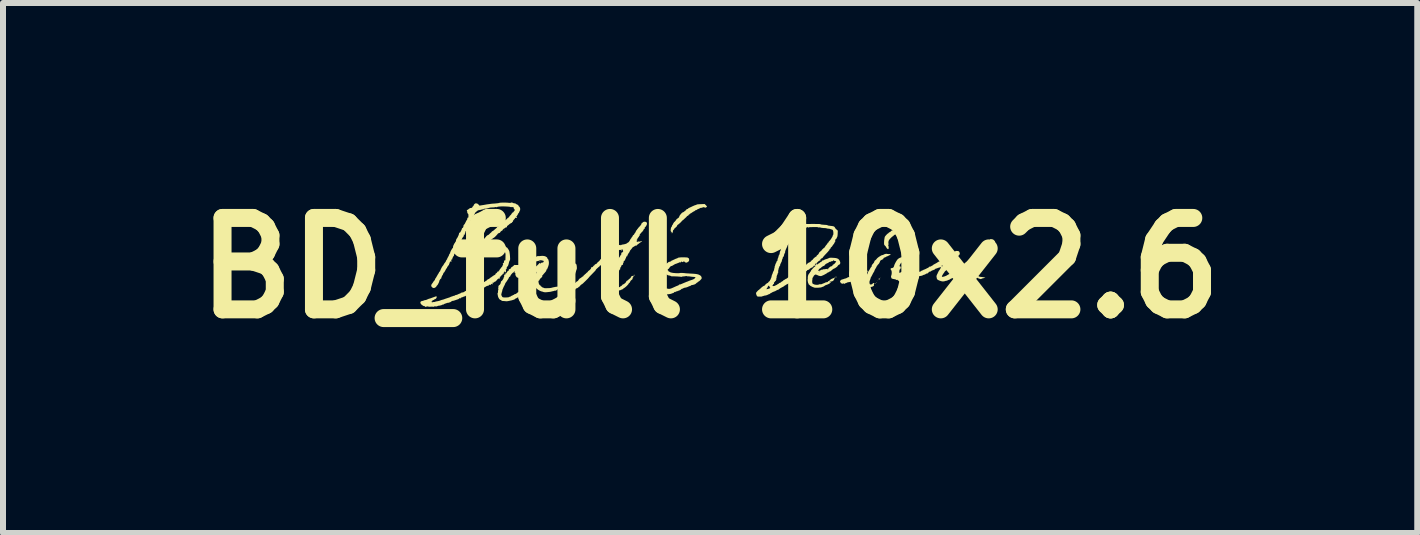
<source format=kicad_pcb>
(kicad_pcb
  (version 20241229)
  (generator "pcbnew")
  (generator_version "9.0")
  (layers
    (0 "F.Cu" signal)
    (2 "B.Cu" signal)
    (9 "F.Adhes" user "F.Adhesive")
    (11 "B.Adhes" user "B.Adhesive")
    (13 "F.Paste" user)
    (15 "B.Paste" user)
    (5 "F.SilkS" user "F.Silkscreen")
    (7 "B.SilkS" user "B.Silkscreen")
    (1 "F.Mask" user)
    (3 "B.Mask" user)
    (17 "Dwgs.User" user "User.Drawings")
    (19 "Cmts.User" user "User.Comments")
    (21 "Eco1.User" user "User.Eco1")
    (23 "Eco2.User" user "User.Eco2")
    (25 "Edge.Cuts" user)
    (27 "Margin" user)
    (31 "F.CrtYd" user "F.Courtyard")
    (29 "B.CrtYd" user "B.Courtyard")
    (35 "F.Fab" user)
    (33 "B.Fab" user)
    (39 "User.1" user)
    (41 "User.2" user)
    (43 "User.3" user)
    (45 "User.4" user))
  (footprint "BD_full 10x2.6"
    (layer "F.Cu")
    (at 8.788 1.418)
    (property "Reference" "BD_full 10x2.6" (at 0 0 0) (layer "F.SilkS") (effects (font (size 1.524 1.524) (thickness 0.3))))
    (attr board_only exclude_from_pos_files exclude_from_bom)
    (fp_poly (pts (xy -3.452 0.166) (xy -3.454 0.168) (xy -3.457 0.166) (xy -3.454 0.164)) (stroke (width 0) (type solid)) (fill yes) (layer "F.SilkS"))
    (fp_poly (pts (xy -3.307 -1.008) (xy -3.309 -1.006) (xy -3.312 -1.008) (xy -3.309 -1.01)) (stroke (width 0) (type solid)) (fill yes) (layer "F.SilkS"))
    (fp_poly (pts (xy -3.256 -0.798) (xy -3.258 -0.795) (xy -3.26 -0.798) (xy -3.258 -0.8)) (stroke (width 0) (type solid)) (fill yes) (layer "F.SilkS"))
    (fp_poly (pts (xy -2.896 -0.105) (xy -2.898 -0.103) (xy -2.9 -0.105) (xy -2.898 -0.108)) (stroke (width 0) (type solid)) (fill yes) (layer "F.SilkS"))
    (fp_poly (pts (xy -1.516 -0.288) (xy -1.518 -0.285) (xy -1.52 -0.288) (xy -1.518 -0.29)) (stroke (width 0) (type solid)) (fill yes) (layer "F.SilkS"))
    (fp_poly (pts (xy -0.65 -0.592) (xy -0.653 -0.589) (xy -0.655 -0.592) (xy -0.653 -0.594)) (stroke (width 0) (type solid)) (fill yes) (layer "F.SilkS"))
    (fp_poly (pts (xy 1.113 0.194) (xy 1.111 0.196) (xy 1.109 0.194) (xy 1.111 0.192)) (stroke (width 0) (type solid)) (fill yes) (layer "F.SilkS"))
    (fp_poly (pts (xy 2.372 0.133) (xy 2.369 0.136) (xy 2.367 0.133) (xy 2.369 0.131)) (stroke (width 0) (type solid)) (fill yes) (layer "F.SilkS"))
    (fp_poly (pts (xy 2.783 0.582) (xy 2.781 0.585) (xy 2.779 0.582) (xy 2.781 0.58)) (stroke (width 0) (type solid)) (fill yes) (layer "F.SilkS"))
    (fp_poly (pts (xy 2.844 0.152) (xy 2.842 0.154) (xy 2.839 0.152) (xy 2.842 0.15)) (stroke (width 0) (type solid)) (fill yes) (layer "F.SilkS"))
    (fp_poly (pts (xy 2.849 0.161) (xy 2.846 0.164) (xy 2.844 0.161) (xy 2.846 0.159)) (stroke (width 0) (type solid)) (fill yes) (layer "F.SilkS"))
    (fp_poly (pts (xy 3.073 -0.545) (xy 3.071 -0.543) (xy 3.069 -0.545) (xy 3.071 -0.547)) (stroke (width 0) (type solid)) (fill yes) (layer "F.SilkS"))
    (fp_poly (pts (xy -4.712 0.642) (xy -4.713 0.645) (xy -4.715 0.646) (xy -4.719 0.644) (xy -4.718 0.642) (xy -4.713 0.642)) (stroke (width 0) (type solid)) (fill yes) (layer "F.SilkS"))
    (fp_poly (pts (xy -3.491 -0.593) (xy -3.491 -0.587) (xy -3.491 -0.586) (xy -3.494 -0.587) (xy -3.494 -0.589) (xy -3.493 -0.593)) (stroke (width 0) (type solid)) (fill yes) (layer "F.SilkS"))
    (fp_poly (pts (xy -3.131 0.175) (xy -3.132 0.177) (xy -3.134 0.178) (xy -3.138 0.176) (xy -3.137 0.175) (xy -3.132 0.174)) (stroke (width 0) (type solid)) (fill yes) (layer "F.SilkS"))
    (fp_poly (pts (xy -0.642 -0.578) (xy -0.643 -0.576) (xy -0.646 -0.575) (xy -0.649 -0.577) (xy -0.649 -0.578) (xy -0.643 -0.579)) (stroke (width 0) (type solid)) (fill yes) (layer "F.SilkS"))
    (fp_poly (pts (xy 1.963 0.004) (xy 1.964 0.013) (xy 1.963 0.015) (xy 1.961 0.016) (xy 1.961 0.009) (xy 1.961 0.003)) (stroke (width 0) (type solid)) (fill yes) (layer "F.SilkS"))
    (fp_poly (pts (xy 2.796 0.212) (xy 2.795 0.215) (xy 2.793 0.215) (xy 2.789 0.213) (xy 2.789 0.212) (xy 2.795 0.211)) (stroke (width 0) (type solid)) (fill yes) (layer "F.SilkS"))
    (fp_poly (pts (xy -3.426 -0.638) (xy -3.427 -0.634) (xy -3.431 -0.627) (xy -3.433 -0.629) (xy -3.433 -0.631) (xy -3.43 -0.638) (xy -3.429 -0.638)) (stroke (width 0) (type solid)) (fill yes) (layer "F.SilkS"))
    (fp_poly (pts (xy -3.424 0.102) (xy -3.424 0.103) (xy -3.428 0.107) (xy -3.429 0.108) (xy -3.432 0.105) (xy -3.431 0.103) (xy -3.427 0.098) (xy -3.426 0.098)) (stroke (width 0) (type solid)) (fill yes) (layer "F.SilkS"))
    (fp_poly (pts (xy -2.831 -0.114) (xy -2.83 -0.112) (xy -2.834 -0.108) (xy -2.837 -0.108) (xy -2.843 -0.11) (xy -2.844 -0.112) (xy -2.84 -0.116) (xy -2.837 -0.117)) (stroke (width 0) (type solid)) (fill yes) (layer "F.SilkS"))
    (fp_poly (pts (xy -1.258 0.115) (xy -1.255 0.119) (xy -1.259 0.122) (xy -1.269 0.126) (xy -1.276 0.125) (xy -1.277 0.121) (xy -1.273 0.116) (xy -1.265 0.113)) (stroke (width 0) (type solid)) (fill yes) (layer "F.SilkS"))
    (fp_poly (pts (xy 1.469 -0.759) (xy 1.47 -0.755) (xy 1.47 -0.749) (xy 1.465 -0.749) (xy 1.463 -0.752) (xy 1.46 -0.758) (xy 1.462 -0.762) (xy 1.464 -0.762)) (stroke (width 0) (type solid)) (fill yes) (layer "F.SilkS"))
    (fp_poly (pts (xy 2.759 0.256) (xy 2.76 0.259) (xy 2.757 0.266) (xy 2.755 0.267) (xy 2.751 0.263) (xy 2.75 0.262) (xy 2.754 0.256) (xy 2.755 0.255)) (stroke (width 0) (type solid)) (fill yes) (layer "F.SilkS"))
    (fp_poly (pts (xy 2.778 0.237) (xy 2.779 0.239) (xy 2.775 0.243) (xy 2.774 0.243) (xy 2.769 0.24) (xy 2.769 0.239) (xy 2.773 0.234) (xy 2.774 0.234)) (stroke (width 0) (type solid)) (fill yes) (layer "F.SilkS"))
    (fp_poly (pts (xy 3.195 -0.006) (xy 3.195 -0.005) (xy 3.191 0.001) (xy 3.19 0.002) (xy 3.186 0.001) (xy 3.186 -0.002) (xy 3.188 -0.008) (xy 3.19 -0.009)) (stroke (width 0) (type solid)) (fill yes) (layer "F.SilkS"))
    (fp_poly (pts (xy -4.219 -0.286) (xy -4.219 -0.284) (xy -4.222 -0.276) (xy -4.224 -0.274) (xy -4.228 -0.273) (xy -4.229 -0.275) (xy -4.226 -0.281) (xy -4.224 -0.285) (xy -4.22 -0.29)) (stroke (width 0) (type solid)) (fill yes) (layer "F.SilkS"))
    (fp_poly (pts (xy 2.107 0.147) (xy 2.11 0.149) (xy 2.106 0.155) (xy 2.096 0.156) (xy 2.094 0.156) (xy 2.087 0.152) (xy 2.088 0.148) (xy 2.096 0.145) (xy 2.098 0.145)) (stroke (width 0) (type solid)) (fill yes) (layer "F.SilkS"))
    (fp_poly (pts (xy 2.834 0.18) (xy 2.834 0.182) (xy 2.829 0.188) (xy 2.819 0.19) (xy 2.811 0.189) (xy 2.809 0.188) (xy 2.807 0.182) (xy 2.814 0.178) (xy 2.821 0.177) (xy 2.831 0.176)) (stroke (width 0) (type solid)) (fill yes) (layer "F.SilkS"))
    (fp_poly (pts (xy 3.237 -0.683) (xy 3.252 -0.681) (xy 3.261 -0.678) (xy 3.272 -0.671) (xy 3.285 -0.662) (xy 3.287 -0.66) (xy 3.302 -0.649) (xy 3.291 -0.64) (xy 3.277 -0.634) (xy 3.267 -0.634) (xy 3.254 -0.635) (xy 3.245 -0.633) (xy 3.232 -0.628) (xy 3.213 -0.622) (xy 3.193 -0.617) (xy 3.173 -0.612) (xy 3.165 -0.611) (xy 3.153 -0.607) (xy 3.146 -0.602) (xy 3.145 -0.601) (xy 3.139 -0.595) (xy 3.134 -0.595) (xy 3.127 -0.593) (xy 3.117 -0.585) (xy 3.106 -0.576) (xy 3.097 -0.566) (xy 3.092 -0.558) (xy 3.092 -0.557) (xy 3.088 -0.555) (xy 3.079 -0.554) (xy 3.067 -0.551) (xy 3.062 -0.544) (xy 3.055 -0.534) (xy 3.049 -0.531) (xy 3.041 -0.526) (xy 3.028 -0.515) (xy 3.014 -0.502) (xy 3 -0.487) (xy 2.988 -0.473) (xy 2.984 -0.468) (xy 2.977 -0.454) (xy 2.973 -0.437) (xy 2.972 -0.421) (xy 2.973 -0.407) (xy 2.978 -0.398) (xy 2.98 -0.397) (xy 2.983 -0.394) (xy 2.977 -0.393) (xy 2.976 -0.393) (xy 2.968 -0.39) (xy 2.966 -0.383) (xy 2.971 -0.376) (xy 2.974 -0.368) (xy 2.976 -0.354) (xy 2.977 -0.339) (xy 2.976 -0.326) (xy 2.974 -0.319) (xy 2.968 -0.314) (xy 2.961 -0.316) (xy 2.952 -0.324) (xy 2.949 -0.326) (xy 2.941 -0.337) (xy 2.935 -0.347) (xy 2.935 -0.348) (xy 2.93 -0.357) (xy 2.92 -0.368) (xy 2.916 -0.372) (xy 2.908 -0.38) (xy 2.903 -0.388) (xy 2.901 -0.397) (xy 2.9 -0.411) (xy 2.9 -0.422) (xy 2.901 -0.442) (xy 2.902 -0.46) (xy 2.905 -0.48) (xy 2.909 -0.505) (xy 2.912 -0.517) (xy 2.916 -0.526) (xy 2.926 -0.538) (xy 2.938 -0.552) (xy 2.95 -0.564) (xy 2.961 -0.574) (xy 2.967 -0.577) (xy 2.974 -0.581) (xy 2.975 -0.584) (xy 2.979 -0.589) (xy 2.989 -0.595) (xy 2.996 -0.599) (xy 3.008 -0.606) (xy 3.016 -0.613) (xy 3.017 -0.616) (xy 3.021 -0.621) (xy 3.024 -0.622) (xy 3.03 -0.624) (xy 3.043 -0.629) (xy 3.061 -0.636) (xy 3.08 -0.644) (xy 3.098 -0.653) (xy 3.115 -0.66) (xy 3.127 -0.666) (xy 3.131 -0.67) (xy 3.139 -0.672) (xy 3.151 -0.674) (xy 3.155 -0.674) (xy 3.168 -0.675) (xy 3.178 -0.678) (xy 3.179 -0.679) (xy 3.187 -0.682) (xy 3.201 -0.683) (xy 3.219 -0.684)) (stroke (width 0) (type solid)) (fill yes) (layer "F.SilkS"))
    (fp_poly (pts (xy 2.958 -0.234) (xy 2.958 -0.234) (xy 2.975 -0.232) (xy 2.99 -0.232) (xy 2.997 -0.232) (xy 3.006 -0.234) (xy 3.007 -0.23) (xy 3.006 -0.227) (xy 3.004 -0.219) (xy 3.003 -0.217) (xy 2.999 -0.215) (xy 2.996 -0.215) (xy 2.987 -0.212) (xy 2.976 -0.206) (xy 2.976 -0.206) (xy 2.965 -0.199) (xy 2.955 -0.196) (xy 2.944 -0.193) (xy 2.936 -0.187) (xy 2.923 -0.18) (xy 2.913 -0.176) (xy 2.898 -0.171) (xy 2.89 -0.164) (xy 2.889 -0.156) (xy 2.888 -0.15) (xy 2.883 -0.147) (xy 2.872 -0.142) (xy 2.867 -0.14) (xy 2.858 -0.135) (xy 2.85 -0.131) (xy 2.84 -0.124) (xy 2.836 -0.118) (xy 2.827 -0.095) (xy 2.817 -0.076) (xy 2.806 -0.063) (xy 2.805 -0.062) (xy 2.796 -0.054) (xy 2.793 -0.048) (xy 2.793 -0.048) (xy 2.789 -0.042) (xy 2.786 -0.04) (xy 2.779 -0.034) (xy 2.779 -0.03) (xy 2.776 -0.023) (xy 2.77 -0.011) (xy 2.761 0.004) (xy 2.76 0.006) (xy 2.751 0.021) (xy 2.744 0.034) (xy 2.741 0.042) (xy 2.741 0.042) (xy 2.739 0.051) (xy 2.732 0.063) (xy 2.729 0.068) (xy 2.721 0.081) (xy 2.711 0.099) (xy 2.702 0.118) (xy 2.701 0.12) (xy 2.692 0.136) (xy 2.685 0.149) (xy 2.681 0.156) (xy 2.68 0.157) (xy 2.676 0.163) (xy 2.676 0.169) (xy 2.673 0.181) (xy 2.671 0.186) (xy 2.667 0.197) (xy 2.661 0.212) (xy 2.655 0.23) (xy 2.651 0.246) (xy 2.648 0.258) (xy 2.648 0.261) (xy 2.651 0.269) (xy 2.661 0.273) (xy 2.664 0.273) (xy 2.678 0.274) (xy 2.691 0.273) (xy 2.701 0.27) (xy 2.704 0.267) (xy 2.707 0.262) (xy 2.716 0.255) (xy 2.716 0.255) (xy 2.725 0.25) (xy 2.731 0.25) (xy 2.735 0.254) (xy 2.74 0.26) (xy 2.738 0.263) (xy 2.735 0.265) (xy 2.73 0.27) (xy 2.731 0.275) (xy 2.733 0.287) (xy 2.727 0.298) (xy 2.714 0.307) (xy 2.695 0.314) (xy 2.672 0.317) (xy 2.662 0.318) (xy 2.644 0.316) (xy 2.629 0.314) (xy 2.62 0.311) (xy 2.61 0.304) (xy 2.598 0.294) (xy 2.597 0.293) (xy 2.591 0.287) (xy 2.587 0.282) (xy 2.587 0.278) (xy 2.657 0.278) (xy 2.659 0.281) (xy 2.662 0.278) (xy 2.659 0.276) (xy 2.657 0.278) (xy 2.587 0.278) (xy 2.585 0.274) (xy 2.585 0.263) (xy 2.585 0.246) (xy 2.585 0.227) (xy 2.586 0.198) (xy 2.588 0.177) (xy 2.592 0.163) (xy 2.593 0.16) (xy 2.598 0.148) (xy 2.598 0.139) (xy 2.598 0.138) (xy 2.6 0.13) (xy 2.608 0.119) (xy 2.609 0.118) (xy 2.622 0.101) (xy 2.628 0.085) (xy 2.633 0.069) (xy 2.64 0.055) (xy 2.641 0.053) (xy 2.655 0.033) (xy 2.666 0.014) (xy 2.674 -0.001) (xy 2.676 -0.004) (xy 2.682 -0.013) (xy 2.687 -0.017) (xy 2.693 -0.024) (xy 2.694 -0.034) (xy 2.696 -0.046) (xy 2.704 -0.058) (xy 2.715 -0.071) (xy 2.728 -0.086) (xy 2.736 -0.1) (xy 2.737 -0.106) (xy 2.743 -0.12) (xy 2.755 -0.13) (xy 2.766 -0.139) (xy 2.775 -0.149) (xy 2.776 -0.151) (xy 2.782 -0.159) (xy 2.794 -0.17) (xy 2.808 -0.181) (xy 2.822 -0.191) (xy 2.83 -0.195) (xy 2.838 -0.199) (xy 2.839 -0.201) (xy 2.848 -0.207) (xy 2.859 -0.212) (xy 2.869 -0.215) (xy 2.87 -0.215) (xy 2.88 -0.217) (xy 2.885 -0.219) (xy 2.907 -0.23) (xy 2.924 -0.235) (xy 2.94 -0.237)) (stroke (width 0) (type solid)) (fill yes) (layer "F.SilkS"))
    (fp_poly (pts (xy -0.071 -1.048) (xy -0.061 -1.037) (xy -0.053 -1.029) (xy -0.051 -1.026) (xy -0.055 -1.021) (xy -0.062 -1.014) (xy -0.069 -1.008) (xy -0.073 -1.006) (xy -0.079 -1.007) (xy -0.09 -1.009) (xy -0.096 -1.011) (xy -0.11 -1.014) (xy -0.12 -1.012) (xy -0.127 -1.008) (xy -0.138 -1.004) (xy -0.147 -1.004) (xy -0.157 -1.003) (xy -0.168 -0.998) (xy -0.182 -0.99) (xy -0.195 -0.985) (xy -0.208 -0.98) (xy -0.218 -0.973) (xy -0.228 -0.966) (xy -0.237 -0.964) (xy -0.247 -0.961) (xy -0.251 -0.957) (xy -0.257 -0.95) (xy -0.264 -0.947) (xy -0.273 -0.943) (xy -0.286 -0.935) (xy -0.3 -0.926) (xy -0.314 -0.916) (xy -0.325 -0.91) (xy -0.331 -0.907) (xy -0.331 -0.907) (xy -0.337 -0.904) (xy -0.338 -0.9) (xy -0.344 -0.894) (xy -0.348 -0.893) (xy -0.354 -0.89) (xy -0.359 -0.882) (xy -0.367 -0.872) (xy -0.374 -0.87) (xy -0.383 -0.867) (xy -0.387 -0.862) (xy -0.392 -0.854) (xy -0.402 -0.844) (xy -0.407 -0.84) (xy -0.421 -0.827) (xy -0.436 -0.813) (xy -0.439 -0.81) (xy -0.449 -0.801) (xy -0.456 -0.796) (xy -0.458 -0.795) (xy -0.462 -0.792) (xy -0.47 -0.784) (xy -0.472 -0.781) (xy -0.483 -0.769) (xy -0.492 -0.759) (xy -0.493 -0.758) (xy -0.503 -0.75) (xy -0.514 -0.739) (xy -0.516 -0.738) (xy -0.525 -0.73) (xy -0.532 -0.725) (xy -0.533 -0.725) (xy -0.539 -0.721) (xy -0.547 -0.713) (xy -0.551 -0.704) (xy -0.552 -0.701) (xy -0.555 -0.695) (xy -0.563 -0.686) (xy -0.574 -0.676) (xy -0.583 -0.668) (xy -0.59 -0.664) (xy -0.591 -0.664) (xy -0.594 -0.66) (xy -0.594 -0.657) (xy -0.597 -0.65) (xy -0.605 -0.64) (xy -0.608 -0.638) (xy -0.618 -0.626) (xy -0.62 -0.617) (xy -0.62 -0.608) (xy -0.624 -0.595) (xy -0.626 -0.591) (xy -0.632 -0.581) (xy -0.635 -0.579) (xy -0.636 -0.583) (xy -0.639 -0.593) (xy -0.647 -0.603) (xy -0.647 -0.603) (xy -0.656 -0.614) (xy -0.658 -0.628) (xy -0.657 -0.631) (xy -0.655 -0.654) (xy -0.651 -0.672) (xy -0.646 -0.682) (xy -0.643 -0.685) (xy -0.638 -0.691) (xy -0.636 -0.7) (xy -0.633 -0.711) (xy -0.628 -0.718) (xy -0.621 -0.725) (xy -0.62 -0.729) (xy -0.617 -0.737) (xy -0.611 -0.748) (xy -0.603 -0.76) (xy -0.596 -0.769) (xy -0.591 -0.772) (xy -0.585 -0.775) (xy -0.585 -0.776) (xy -0.582 -0.782) (xy -0.574 -0.791) (xy -0.573 -0.792) (xy -0.565 -0.802) (xy -0.561 -0.811) (xy -0.561 -0.811) (xy -0.557 -0.817) (xy -0.552 -0.819) (xy -0.544 -0.822) (xy -0.543 -0.826) (xy -0.54 -0.831) (xy -0.538 -0.83) (xy -0.533 -0.832) (xy -0.53 -0.835) (xy -0.524 -0.841) (xy -0.521 -0.842) (xy -0.518 -0.846) (xy -0.515 -0.856) (xy -0.514 -0.858) (xy -0.508 -0.873) (xy -0.497 -0.888) (xy -0.496 -0.89) (xy -0.485 -0.902) (xy -0.476 -0.913) (xy -0.474 -0.915) (xy -0.464 -0.924) (xy -0.454 -0.928) (xy -0.441 -0.934) (xy -0.432 -0.941) (xy -0.423 -0.949) (xy -0.41 -0.959) (xy -0.408 -0.96) (xy -0.398 -0.968) (xy -0.395 -0.975) (xy -0.395 -0.976) (xy -0.394 -0.981) (xy -0.385 -0.982) (xy -0.384 -0.982) (xy -0.373 -0.985) (xy -0.368 -0.989) (xy -0.362 -0.996) (xy -0.352 -1.002) (xy -0.342 -1.006) (xy -0.327 -1.013) (xy -0.308 -1.022) (xy -0.296 -1.028) (xy -0.278 -1.036) (xy -0.262 -1.043) (xy -0.251 -1.047) (xy -0.247 -1.048) (xy -0.239 -1.05) (xy -0.228 -1.055) (xy -0.222 -1.057) (xy -0.217 -1.06) (xy -0.211 -1.061) (xy -0.202 -1.062) (xy -0.188 -1.063) (xy -0.169 -1.064) (xy -0.145 -1.065) (xy -0.091 -1.067)) (stroke (width 0) (type solid)) (fill yes) (layer "F.SilkS"))
    (fp_poly (pts (xy 2.423 -0.178) (xy 2.436 -0.176) (xy 2.447 -0.171) (xy 2.453 -0.167) (xy 2.461 -0.161) (xy 2.465 -0.158) (xy 2.468 -0.153) (xy 2.472 -0.142) (xy 2.472 -0.141) (xy 2.473 -0.13) (xy 2.471 -0.128) (xy 2.471 -0.128) (xy 2.465 -0.126) (xy 2.458 -0.119) (xy 2.456 -0.117) (xy 2.444 -0.106) (xy 2.43 -0.098) (xy 2.43 -0.097) (xy 2.417 -0.091) (xy 2.412 -0.084) (xy 2.416 -0.073) (xy 2.42 -0.068) (xy 2.43 -0.06) (xy 2.444 -0.053) (xy 2.46 -0.047) (xy 2.474 -0.044) (xy 2.484 -0.044) (xy 2.484 -0.045) (xy 2.488 -0.044) (xy 2.489 -0.042) (xy 2.493 -0.038) (xy 2.499 -0.037) (xy 2.51 -0.034) (xy 2.521 -0.028) (xy 2.533 -0.021) (xy 2.543 -0.019) (xy 2.553 -0.017) (xy 2.556 -0.014) (xy 2.562 -0.011) (xy 2.568 -0.012) (xy 2.576 -0.009) (xy 2.587 -0.002) (xy 2.599 0.008) (xy 2.609 0.018) (xy 2.615 0.027) (xy 2.615 0.029) (xy 2.617 0.037) (xy 2.622 0.048) (xy 2.622 0.049) (xy 2.626 0.062) (xy 2.621 0.072) (xy 2.61 0.077) (xy 2.603 0.083) (xy 2.598 0.093) (xy 2.594 0.105) (xy 2.589 0.112) (xy 2.584 0.119) (xy 2.585 0.122) (xy 2.582 0.126) (xy 2.573 0.13) (xy 2.57 0.132) (xy 2.56 0.136) (xy 2.554 0.141) (xy 2.554 0.141) (xy 2.55 0.144) (xy 2.545 0.145) (xy 2.537 0.147) (xy 2.535 0.15) (xy 2.533 0.153) (xy 2.529 0.151) (xy 2.522 0.148) (xy 2.514 0.151) (xy 2.511 0.157) (xy 2.51 0.16) (xy 2.505 0.162) (xy 2.494 0.163) (xy 2.487 0.163) (xy 2.48 0.166) (xy 2.479 0.169) (xy 2.475 0.178) (xy 2.465 0.185) (xy 2.451 0.188) (xy 2.449 0.188) (xy 2.436 0.189) (xy 2.428 0.194) (xy 2.419 0.2) (xy 2.414 0.201) (xy 2.404 0.204) (xy 2.397 0.208) (xy 2.385 0.213) (xy 2.371 0.216) (xy 2.359 0.219) (xy 2.35 0.224) (xy 2.35 0.224) (xy 2.346 0.228) (xy 2.341 0.231) (xy 2.332 0.233) (xy 2.317 0.235) (xy 2.305 0.237) (xy 2.291 0.24) (xy 2.28 0.244) (xy 2.278 0.246) (xy 2.269 0.251) (xy 2.261 0.253) (xy 2.253 0.254) (xy 2.25 0.257) (xy 2.246 0.262) (xy 2.238 0.263) (xy 2.23 0.261) (xy 2.227 0.259) (xy 2.223 0.254) (xy 2.22 0.257) (xy 2.214 0.26) (xy 2.205 0.262) (xy 2.197 0.261) (xy 2.194 0.258) (xy 2.19 0.255) (xy 2.186 0.254) (xy 2.179 0.252) (xy 2.178 0.25) (xy 2.176 0.242) (xy 2.173 0.238) (xy 2.167 0.229) (xy 2.166 0.224) (xy 2.169 0.214) (xy 2.178 0.204) (xy 2.189 0.195) (xy 2.198 0.192) (xy 2.206 0.19) (xy 2.22 0.186) (xy 2.231 0.182) (xy 2.246 0.177) (xy 2.258 0.174) (xy 2.263 0.173) (xy 2.271 0.17) (xy 2.281 0.164) (xy 2.281 0.164) (xy 2.291 0.158) (xy 2.297 0.157) (xy 2.297 0.157) (xy 2.301 0.156) (xy 2.301 0.154) (xy 2.305 0.151) (xy 2.311 0.152) (xy 2.322 0.152) (xy 2.326 0.149) (xy 2.33 0.145) (xy 2.332 0.148) (xy 2.338 0.151) (xy 2.344 0.151) (xy 2.35 0.148) (xy 2.348 0.142) (xy 2.348 0.142) (xy 2.344 0.135) (xy 2.348 0.132) (xy 2.357 0.134) (xy 2.358 0.135) (xy 2.367 0.139) (xy 2.374 0.135) (xy 2.375 0.135) (xy 2.383 0.131) (xy 2.381 0.133) (xy 2.383 0.136) (xy 2.386 0.133) (xy 2.383 0.131) (xy 2.385 0.13) (xy 2.391 0.13) (xy 2.398 0.129) (xy 2.399 0.126) (xy 2.409 0.126) (xy 2.411 0.13) (xy 2.412 0.129) (xy 2.413 0.124) (xy 2.412 0.123) (xy 2.409 0.124) (xy 2.409 0.126) (xy 2.399 0.126) (xy 2.4 0.121) (xy 2.401 0.114) (xy 2.407 0.115) (xy 2.408 0.115) (xy 2.423 0.119) (xy 2.438 0.118) (xy 2.449 0.113) (xy 2.45 0.111) (xy 2.459 0.104) (xy 2.465 0.103) (xy 2.473 0.1) (xy 2.483 0.092) (xy 2.484 0.091) (xy 2.492 0.084) (xy 2.498 0.082) (xy 2.499 0.082) (xy 2.503 0.081) (xy 2.505 0.077) (xy 2.511 0.071) (xy 2.514 0.07) (xy 2.521 0.066) (xy 2.53 0.056) (xy 2.54 0.042) (xy 2.544 0.033) (xy 2.548 0.025) (xy 2.546 0.023) (xy 2.541 0.025) (xy 2.531 0.024) (xy 2.524 0.018) (xy 2.523 0.01) (xy 2.524 0.008) (xy 2.525 0.005) (xy 2.521 0.008) (xy 2.52 0.009) (xy 2.513 0.012) (xy 2.505 0.011) (xy 2.496 0.008) (xy 2.483 0.003) (xy 2.472 0.003) (xy 2.471 0.003) (xy 2.459 0.002) (xy 2.452 -0.003) (xy 2.444 -0.009) (xy 2.438 -0.01) (xy 2.433 -0.012) (xy 2.432 -0.016) (xy 2.428 -0.022) (xy 2.417 -0.024) (xy 2.411 -0.024) (xy 2.403 -0.027) (xy 2.402 -0.028) (xy 2.395 -0.032) (xy 2.392 -0.033) (xy 2.383 -0.035) (xy 2.372 -0.042) (xy 2.37 -0.044) (xy 2.358 -0.052) (xy 2.348 -0.057) (xy 2.347 -0.057) (xy 2.343 -0.061) (xy 2.34 -0.068) (xy 2.339 -0.081) (xy 2.339 -0.092) (xy 2.34 -0.112) (xy 2.342 -0.125) (xy 2.348 -0.137) (xy 2.351 -0.142) (xy 2.359 -0.152) (xy 2.365 -0.158) (xy 2.367 -0.159) (xy 2.371 -0.163) (xy 2.372 -0.166) (xy 2.376 -0.17) (xy 2.388 -0.172) (xy 2.389 -0.172) (xy 2.401 -0.173) (xy 2.407 -0.176) (xy 2.408 -0.177) (xy 2.413 -0.179)) (stroke (width 0) (type solid)) (fill yes) (layer "F.SilkS"))
    (fp_poly (pts (xy -0.429 -0.178) (xy -0.407 -0.177) (xy -0.39 -0.176) (xy -0.378 -0.175) (xy -0.374 -0.173) (xy -0.367 -0.168) (xy -0.362 -0.166) (xy -0.355 -0.161) (xy -0.351 -0.15) (xy -0.349 -0.136) (xy -0.351 -0.122) (xy -0.355 -0.112) (xy -0.36 -0.109) (xy -0.369 -0.103) (xy -0.376 -0.097) (xy -0.39 -0.09) (xy -0.406 -0.09) (xy -0.421 -0.099) (xy -0.423 -0.101) (xy -0.431 -0.109) (xy -0.437 -0.11) (xy -0.445 -0.106) (xy -0.445 -0.106) (xy -0.455 -0.101) (xy -0.464 -0.098) (xy -0.47 -0.099) (xy -0.47 -0.103) (xy -0.471 -0.107) (xy -0.475 -0.108) (xy -0.483 -0.104) (xy -0.485 -0.101) (xy -0.492 -0.093) (xy -0.502 -0.091) (xy -0.508 -0.094) (xy -0.514 -0.097) (xy -0.515 -0.094) (xy -0.519 -0.09) (xy -0.527 -0.086) (xy -0.541 -0.081) (xy -0.554 -0.076) (xy -0.565 -0.071) (xy -0.573 -0.069) (xy -0.574 -0.069) (xy -0.58 -0.067) (xy -0.592 -0.061) (xy -0.606 -0.052) (xy -0.607 -0.052) (xy -0.623 -0.042) (xy -0.636 -0.035) (xy -0.645 -0.033) (xy -0.645 -0.033) (xy -0.656 -0.029) (xy -0.661 -0.025) (xy -0.669 -0.016) (xy -0.674 -0.01) (xy -0.681 0.000169) (xy -0.684 0.006) (xy -0.69 0.013) (xy -0.694 0.014) (xy -0.701 0.018) (xy -0.702 0.021) (xy -0.704 0.027) (xy -0.706 0.028) (xy -0.711 0.032) (xy -0.711 0.033) (xy -0.707 0.037) (xy -0.704 0.037) (xy -0.698 0.041) (xy -0.697 0.046) (xy -0.693 0.055) (xy -0.686 0.059) (xy -0.675 0.063) (xy -0.67 0.067) (xy -0.661 0.072) (xy -0.658 0.073) (xy -0.65 0.075) (xy -0.638 0.078) (xy -0.632 0.079) (xy -0.621 0.081) (xy -0.604 0.083) (xy -0.583 0.085) (xy -0.562 0.086) (xy -0.541 0.086) (xy -0.524 0.086) (xy -0.512 0.086) (xy -0.508 0.084) (xy -0.502 0.083) (xy -0.489 0.082) (xy -0.471 0.082) (xy -0.45 0.083) (xy -0.427 0.085) (xy -0.412 0.087) (xy -0.392 0.089) (xy -0.367 0.09) (xy -0.343 0.092) (xy -0.341 0.092) (xy -0.304 0.094) (xy -0.27 0.096) (xy -0.24 0.099) (xy -0.216 0.103) (xy -0.2 0.107) (xy -0.193 0.109) (xy -0.179 0.116) (xy -0.167 0.122) (xy -0.152 0.134) (xy -0.143 0.151) (xy -0.14 0.167) (xy -0.142 0.177) (xy -0.15 0.188) (xy -0.163 0.202) (xy -0.166 0.205) (xy -0.179 0.217) (xy -0.191 0.225) (xy -0.198 0.229) (xy -0.199 0.229) (xy -0.205 0.233) (xy -0.206 0.237) (xy -0.208 0.241) (xy -0.21 0.241) (xy -0.216 0.242) (xy -0.225 0.249) (xy -0.23 0.254) (xy -0.245 0.267) (xy -0.263 0.275) (xy -0.273 0.278) (xy -0.29 0.282) (xy -0.303 0.285) (xy -0.31 0.285) (xy -0.318 0.289) (xy -0.321 0.292) (xy -0.328 0.299) (xy -0.331 0.299) (xy -0.339 0.301) (xy -0.353 0.306) (xy -0.368 0.313) (xy -0.385 0.32) (xy -0.402 0.325) (xy -0.413 0.327) (xy -0.43 0.33) (xy -0.444 0.336) (xy -0.456 0.343) (xy -0.467 0.346) (xy -0.467 0.346) (xy -0.477 0.349) (xy -0.48 0.353) (xy -0.486 0.359) (xy -0.497 0.366) (xy -0.511 0.373) (xy -0.524 0.378) (xy -0.53 0.379) (xy -0.538 0.382) (xy -0.54 0.384) (xy -0.547 0.387) (xy -0.552 0.388) (xy -0.565 0.391) (xy -0.578 0.398) (xy -0.586 0.405) (xy -0.589 0.406) (xy -0.589 0.403) (xy -0.592 0.398) (xy -0.597 0.399) (xy -0.602 0.405) (xy -0.602 0.407) (xy -0.606 0.414) (xy -0.61 0.415) (xy -0.617 0.417) (xy -0.629 0.421) (xy -0.636 0.424) (xy -0.652 0.43) (xy -0.673 0.434) (xy -0.693 0.437) (xy -0.713 0.439) (xy -0.731 0.442) (xy -0.744 0.445) (xy -0.744 0.445) (xy -0.764 0.449) (xy -0.785 0.451) (xy -0.803 0.451) (xy -0.808 0.451) (xy -0.816 0.446) (xy -0.826 0.435) (xy -0.83 0.429) (xy -0.838 0.415) (xy -0.839 0.405) (xy -0.832 0.396) (xy -0.819 0.388) (xy -0.806 0.38) (xy -0.796 0.373) (xy -0.796 0.372) (xy -0.787 0.366) (xy -0.783 0.365) (xy -0.776 0.362) (xy -0.767 0.356) (xy -0.756 0.349) (xy -0.745 0.346) (xy -0.737 0.345) (xy -0.734 0.342) (xy -0.73 0.341) (xy -0.72 0.342) (xy -0.71 0.344) (xy -0.689 0.348) (xy -0.667 0.346) (xy -0.642 0.338) (xy -0.617 0.327) (xy -0.599 0.319) (xy -0.578 0.309) (xy -0.557 0.3) (xy -0.539 0.293) (xy -0.527 0.288) (xy -0.52 0.282) (xy -0.519 0.278) (xy -0.518 0.273) (xy -0.513 0.275) (xy -0.507 0.276) (xy -0.495 0.273) (xy -0.477 0.266) (xy -0.451 0.255) (xy -0.43 0.246) (xy -0.412 0.239) (xy -0.4 0.233) (xy -0.393 0.231) (xy -0.393 0.231) (xy -0.387 0.229) (xy -0.376 0.225) (xy -0.364 0.22) (xy -0.356 0.216) (xy -0.348 0.213) (xy -0.334 0.208) (xy -0.316 0.202) (xy -0.307 0.199) (xy -0.285 0.191) (xy -0.271 0.184) (xy -0.26 0.177) (xy -0.255 0.171) (xy -0.247 0.161) (xy -0.243 0.154) (xy -0.243 0.153) (xy -0.248 0.152) (xy -0.259 0.15) (xy -0.275 0.148) (xy -0.281 0.148) (xy -0.3 0.146) (xy -0.318 0.144) (xy -0.33 0.142) (xy -0.331 0.142) (xy -0.344 0.14) (xy -0.36 0.139) (xy -0.365 0.139) (xy -0.379 0.139) (xy -0.389 0.136) (xy -0.391 0.135) (xy -0.401 0.133) (xy -0.405 0.135) (xy -0.415 0.137) (xy -0.429 0.139) (xy -0.442 0.14) (xy -0.457 0.141) (xy -0.469 0.144) (xy -0.473 0.146) (xy -0.479 0.148) (xy -0.492 0.146) (xy -0.503 0.144) (xy -0.521 0.143) (xy -0.544 0.141) (xy -0.572 0.14) (xy -0.6 0.139) (xy -0.629 0.139) (xy -0.636 0.139) (xy -0.649 0.137) (xy -0.657 0.133) (xy -0.657 0.133) (xy -0.664 0.129) (xy -0.677 0.126) (xy -0.685 0.125) (xy -0.701 0.121) (xy -0.712 0.116) (xy -0.714 0.114) (xy -0.721 0.109) (xy -0.725 0.11) (xy -0.729 0.109) (xy -0.73 0.103) (xy -0.731 0.095) (xy -0.738 0.095) (xy -0.741 0.095) (xy -0.749 0.095) (xy -0.759 0.09) (xy -0.771 0.079) (xy -0.782 0.068) (xy -0.789 0.057) (xy -0.791 0.052) (xy -0.793 0.043) (xy -0.796 0.041) (xy -0.799 0.036) (xy -0.802 0.024) (xy -0.803 0.017) (xy -0.804 0.001) (xy -0.802 -0.008) (xy -0.799 -0.011) (xy -0.792 -0.02) (xy -0.79 -0.025) (xy -0.785 -0.033) (xy -0.774 -0.039) (xy -0.774 -0.039) (xy -0.762 -0.046) (xy -0.748 -0.056) (xy -0.744 -0.06) (xy -0.734 -0.069) (xy -0.726 -0.074) (xy -0.724 -0.075) (xy -0.718 -0.078) (xy -0.709 -0.085) (xy -0.705 -0.089) (xy -0.695 -0.097) (xy -0.687 -0.102) (xy -0.685 -0.103) (xy -0.675 -0.104) (xy -0.663 -0.108) (xy -0.653 -0.112) (xy -0.648 -0.116) (xy -0.648 -0.117) (xy -0.646 -0.121) (xy -0.638 -0.124) (xy -0.628 -0.128) (xy -0.613 -0.135) (xy -0.596 -0.143) (xy -0.595 -0.143) (xy -0.579 -0.151) (xy -0.565 -0.157) (xy -0.557 -0.159) (xy -0.556 -0.159) (xy -0.547 -0.162) (xy -0.543 -0.165) (xy -0.536 -0.17) (xy -0.523 -0.174) (xy -0.513 -0.175) (xy -0.496 -0.177) (xy -0.475 -0.178) (xy -0.452 -0.178)) (stroke (width 0) (type solid)) (fill yes) (layer "F.SilkS"))
    (fp_poly (pts (xy 3.297 -0.196) (xy 3.313 -0.196) (xy 3.325 -0.194) (xy 3.332 -0.191) (xy 3.339 -0.187) (xy 3.349 -0.181) (xy 3.356 -0.178) (xy 3.357 -0.178) (xy 3.364 -0.174) (xy 3.374 -0.165) (xy 3.385 -0.153) (xy 3.395 -0.14) (xy 3.399 -0.133) (xy 3.402 -0.122) (xy 3.403 -0.107) (xy 3.403 -0.091) (xy 3.4 -0.077) (xy 3.397 -0.069) (xy 3.396 -0.068) (xy 3.394 -0.062) (xy 3.395 -0.056) (xy 3.394 -0.048) (xy 3.39 -0.047) (xy 3.381 -0.043) (xy 3.372 -0.033) (xy 3.368 -0.021) (xy 3.368 -0.02) (xy 3.365 -0.011) (xy 3.359 -0.009) (xy 3.351 -0.006) (xy 3.349 -0.002) (xy 3.347 0.004) (xy 3.345 0.005) (xy 3.34 0.008) (xy 3.34 0.011) (xy 3.337 0.018) (xy 3.329 0.027) (xy 3.329 0.027) (xy 3.32 0.035) (xy 3.316 0.041) (xy 3.312 0.045) (xy 3.302 0.054) (xy 3.288 0.066) (xy 3.274 0.079) (xy 3.257 0.093) (xy 3.243 0.105) (xy 3.234 0.115) (xy 3.231 0.119) (xy 3.224 0.125) (xy 3.214 0.126) (xy 3.203 0.128) (xy 3.2 0.133) (xy 3.196 0.14) (xy 3.193 0.14) (xy 3.186 0.143) (xy 3.187 0.152) (xy 3.192 0.162) (xy 3.198 0.172) (xy 3.199 0.179) (xy 3.202 0.186) (xy 3.204 0.187) (xy 3.208 0.191) (xy 3.209 0.194) (xy 3.212 0.202) (xy 3.216 0.206) (xy 3.221 0.213) (xy 3.222 0.217) (xy 3.223 0.224) (xy 3.226 0.228) (xy 3.23 0.235) (xy 3.23 0.238) (xy 3.232 0.244) (xy 3.239 0.253) (xy 3.246 0.261) (xy 3.257 0.274) (xy 3.265 0.287) (xy 3.268 0.293) (xy 3.273 0.307) (xy 3.28 0.318) (xy 3.286 0.328) (xy 3.288 0.337) (xy 3.291 0.345) (xy 3.295 0.346) (xy 3.301 0.351) (xy 3.306 0.364) (xy 3.308 0.387) (xy 3.309 0.409) (xy 3.309 0.434) (xy 3.306 0.452) (xy 3.3 0.465) (xy 3.291 0.475) (xy 3.282 0.486) (xy 3.275 0.499) (xy 3.268 0.509) (xy 3.258 0.522) (xy 3.245 0.533) (xy 3.234 0.54) (xy 3.228 0.543) (xy 3.221 0.545) (xy 3.21 0.551) (xy 3.202 0.557) (xy 3.183 0.569) (xy 3.163 0.58) (xy 3.144 0.59) (xy 3.128 0.597) (xy 3.117 0.6) (xy 3.114 0.6) (xy 3.105 0.601) (xy 3.094 0.607) (xy 3.093 0.607) (xy 3.08 0.614) (xy 3.064 0.62) (xy 3.062 0.621) (xy 3.046 0.625) (xy 3.033 0.629) (xy 3.031 0.63) (xy 3.017 0.633) (xy 3.008 0.634) (xy 2.999 0.637) (xy 2.995 0.64) (xy 2.989 0.645) (xy 2.984 0.646) (xy 2.976 0.648) (xy 2.973 0.65) (xy 2.967 0.652) (xy 2.956 0.652) (xy 2.946 0.651) (xy 2.942 0.653) (xy 2.942 0.653) (xy 2.938 0.657) (xy 2.928 0.661) (xy 2.916 0.665) (xy 2.904 0.667) (xy 2.896 0.667) (xy 2.895 0.666) (xy 2.888 0.666) (xy 2.885 0.667) (xy 2.878 0.671) (xy 2.877 0.672) (xy 2.871 0.673) (xy 2.867 0.675) (xy 2.845 0.682) (xy 2.83 0.685) (xy 2.82 0.686) (xy 2.816 0.685) (xy 2.808 0.685) (xy 2.807 0.687) (xy 2.803 0.691) (xy 2.795 0.692) (xy 2.788 0.69) (xy 2.786 0.688) (xy 2.779 0.685) (xy 2.771 0.686) (xy 2.759 0.686) (xy 2.755 0.682) (xy 2.747 0.677) (xy 2.743 0.676) (xy 2.736 0.673) (xy 2.732 0.662) (xy 2.731 0.658) (xy 2.73 0.646) (xy 2.734 0.639) (xy 2.74 0.634) (xy 2.748 0.626) (xy 2.75 0.619) (xy 2.754 0.613) (xy 2.765 0.606) (xy 2.771 0.603) (xy 2.784 0.596) (xy 2.793 0.589) (xy 2.794 0.587) (xy 2.8 0.582) (xy 2.808 0.583) (xy 2.816 0.586) (xy 2.823 0.59) (xy 2.825 0.593) (xy 2.821 0.593) (xy 2.821 0.593) (xy 2.815 0.595) (xy 2.813 0.601) (xy 2.815 0.608) (xy 2.819 0.61) (xy 2.828 0.61) (xy 2.842 0.608) (xy 2.857 0.603) (xy 2.868 0.598) (xy 2.87 0.596) (xy 2.878 0.591) (xy 2.892 0.585) (xy 2.909 0.579) (xy 2.927 0.574) (xy 2.933 0.573) (xy 2.946 0.57) (xy 2.964 0.565) (xy 2.978 0.561) (xy 3.004 0.556) (xy 3.025 0.555) (xy 3.026 0.555) (xy 3.04 0.556) (xy 3.045 0.553) (xy 3.045 0.553) (xy 3.041 0.548) (xy 3.037 0.547) (xy 3.032 0.546) (xy 3.035 0.543) (xy 3.036 0.543) (xy 3.043 0.54) (xy 3.046 0.541) (xy 3.051 0.539) (xy 3.054 0.536) (xy 3.063 0.53) (xy 3.073 0.526) (xy 3.085 0.522) (xy 3.092 0.517) (xy 3.1 0.511) (xy 3.103 0.51) (xy 3.11 0.508) (xy 3.122 0.503) (xy 3.127 0.501) (xy 3.14 0.495) (xy 3.149 0.492) (xy 3.151 0.491) (xy 3.157 0.487) (xy 3.16 0.482) (xy 3.166 0.474) (xy 3.175 0.468) (xy 3.199 0.456) (xy 3.213 0.443) (xy 3.222 0.432) (xy 3.228 0.426) (xy 3.233 0.421) (xy 3.235 0.413) (xy 3.237 0.4) (xy 3.237 0.38) (xy 3.237 0.378) (xy 3.237 0.357) (xy 3.235 0.344) (xy 3.233 0.339) (xy 3.232 0.339) (xy 3.228 0.337) (xy 3.222 0.328) (xy 3.215 0.315) (xy 3.208 0.3) (xy 3.203 0.286) (xy 3.202 0.282) (xy 3.198 0.271) (xy 3.193 0.268) (xy 3.192 0.269) (xy 3.185 0.267) (xy 3.18 0.26) (xy 3.174 0.251) (xy 3.168 0.248) (xy 3.163 0.244) (xy 3.162 0.241) (xy 3.159 0.234) (xy 3.153 0.224) (xy 3.145 0.215) (xy 3.137 0.209) (xy 3.134 0.208) (xy 3.13 0.207) (xy 3.129 0.203) (xy 3.128 0.198) (xy 3.12 0.197) (xy 3.115 0.198) (xy 3.103 0.199) (xy 3.099 0.195) (xy 3.092 0.19) (xy 3.078 0.187) (xy 3.066 0.185) (xy 3.046 0.181) (xy 3.03 0.175) (xy 3.021 0.168) (xy 3.019 0.161) (xy 3.02 0.159) (xy 3.02 0.151) (xy 3.018 0.148) (xy 3.015 0.14) (xy 3.019 0.129) (xy 3.02 0.127) (xy 3.024 0.114) (xy 3.027 0.097) (xy 3.028 0.079) (xy 3.027 0.062) (xy 3.155 0.062) (xy 3.155 0.074) (xy 3.156 0.078) (xy 3.159 0.082) (xy 3.164 0.08) (xy 3.167 0.077) (xy 3.174 0.073) (xy 3.177 0.073) (xy 3.183 0.073) (xy 3.191 0.068) (xy 3.202 0.063) (xy 3.21 0.061) (xy 3.217 0.059) (xy 3.219 0.056) (xy 3.221 0.047) (xy 3.221 0.047) (xy 3.222 0.038) (xy 3.222 0.035) (xy 3.226 0.031) (xy 3.23 0.031) (xy 3.237 0.029) (xy 3.247 0.021) (xy 3.252 0.016) (xy 3.262 0.005) (xy 3.273 -0.006) (xy 3.286 -0.018) (xy 3.303 -0.034) (xy 3.315 -0.044) (xy 3.328 -0.057) (xy 3.338 -0.069) (xy 3.343 -0.076) (xy 3.346 -0.087) (xy 3.349 -0.101) (xy 3.349 -0.116) (xy 3.348 -0.128) (xy 3.345 -0.133) (xy 3.339 -0.134) (xy 3.326 -0.135) (xy 3.308 -0.136) (xy 3.297 -0.137) (xy 3.252 -0.138) (xy 3.24 -0.123) (xy 3.23 -0.113) (xy 3.222 -0.108) (xy 3.22 -0.108) (xy 3.213 -0.104) (xy 3.211 -0.101) (xy 3.204 -0.094) (xy 3.2 -0.094) (xy 3.192 -0.09) (xy 3.182 -0.082) (xy 3.18 -0.081) (xy 3.173 -0.07) (xy 3.166 -0.056) (xy 3.16 -0.042) (xy 3.158 -0.031) (xy 3.159 -0.025) (xy 3.162 -0.025) (xy 3.162 -0.027) (xy 3.165 -0.032) (xy 3.167 -0.033) (xy 3.171 -0.029) (xy 3.171 -0.026) (xy 3.174 -0.019) (xy 3.175 -0.018) (xy 3.178 -0.012) (xy 3.178 -0.002) (xy 3.175 0.009) (xy 3.17 0.018) (xy 3.167 0.021) (xy 3.161 0.026) (xy 3.157 0.039) (xy 3.156 0.047) (xy 3.155 0.062) (xy 3.027 0.062) (xy 3.027 0.062) (xy 3.025 0.048) (xy 3.022 0.039) (xy 3.019 0.037) (xy 3.014 0.034) (xy 3.012 0.028) (xy 3.011 0.017) (xy 3.01 0.013) (xy 3.011 0.007) (xy 3.02 0.003) (xy 3.023 0.002) (xy 3.036 -0.000451) (xy 3.046 -0.003) (xy 3.046 -0.003) (xy 3.056 -0.01) (xy 3.064 -0.024) (xy 3.07 -0.044) (xy 3.071 -0.047) (xy 3.076 -0.061) (xy 3.085 -0.079) (xy 3.096 -0.1) (xy 3.108 -0.12) (xy 3.12 -0.137) (xy 3.128 -0.147) (xy 3.142 -0.158) (xy 3.159 -0.168) (xy 3.176 -0.175) (xy 3.19 -0.178) (xy 3.2 -0.181) (xy 3.209 -0.187) (xy 3.214 -0.191) (xy 3.221 -0.194) (xy 3.231 -0.195) (xy 3.247 -0.196) (xy 3.269 -0.196) (xy 3.272 -0.196)) (stroke (width 0) (type solid)) (fill yes) (layer "F.SilkS"))
    (fp_poly (pts (xy 4.697 -0.48) (xy 4.714 -0.477) (xy 4.726 -0.469) (xy 4.736 -0.46) (xy 4.746 -0.448) (xy 4.751 -0.437) (xy 4.752 -0.433) (xy 4.749 -0.423) (xy 4.741 -0.413) (xy 4.732 -0.405) (xy 4.725 -0.402) (xy 4.72 -0.399) (xy 4.72 -0.397) (xy 4.719 -0.394) (xy 4.716 -0.389) (xy 4.71 -0.382) (xy 4.7 -0.371) (xy 4.686 -0.357) (xy 4.666 -0.337) (xy 4.66 -0.331) (xy 4.645 -0.316) (xy 4.633 -0.302) (xy 4.624 -0.292) (xy 4.622 -0.287) (xy 4.619 -0.281) (xy 4.611 -0.27) (xy 4.603 -0.261) (xy 4.593 -0.25) (xy 4.586 -0.241) (xy 4.584 -0.237) (xy 4.58 -0.234) (xy 4.577 -0.234) (xy 4.571 -0.23) (xy 4.57 -0.225) (xy 4.569 -0.217) (xy 4.567 -0.214) (xy 4.561 -0.209) (xy 4.553 -0.199) (xy 4.546 -0.188) (xy 4.542 -0.179) (xy 4.542 -0.177) (xy 4.54 -0.174) (xy 4.539 -0.174) (xy 4.534 -0.174) (xy 4.526 -0.168) (xy 4.519 -0.157) (xy 4.512 -0.145) (xy 4.509 -0.134) (xy 4.508 -0.132) (xy 4.506 -0.12) (xy 4.502 -0.116) (xy 4.499 -0.116) (xy 4.492 -0.113) (xy 4.486 -0.102) (xy 4.486 -0.1) (xy 4.48 -0.085) (xy 4.474 -0.073) (xy 4.473 -0.072) (xy 4.467 -0.059) (xy 4.464 -0.049) (xy 4.461 -0.037) (xy 4.457 -0.029) (xy 4.451 -0.018) (xy 4.446 0.002) (xy 4.443 0.028) (xy 4.441 0.054) (xy 4.44 0.074) (xy 4.44 0.087) (xy 4.443 0.097) (xy 4.448 0.107) (xy 4.453 0.115) (xy 4.463 0.128) (xy 4.475 0.137) (xy 4.49 0.144) (xy 4.511 0.148) (xy 4.539 0.151) (xy 4.547 0.152) (xy 4.564 0.154) (xy 4.578 0.157) (xy 4.586 0.159) (xy 4.586 0.16) (xy 4.588 0.163) (xy 4.583 0.162) (xy 4.576 0.162) (xy 4.575 0.163) (xy 4.571 0.166) (xy 4.56 0.169) (xy 4.553 0.171) (xy 4.538 0.174) (xy 4.526 0.179) (xy 4.523 0.181) (xy 4.517 0.184) (xy 4.511 0.185) (xy 4.5 0.182) (xy 4.486 0.177) (xy 4.471 0.172) (xy 4.46 0.166) (xy 4.455 0.163) (xy 4.452 0.161) (xy 4.561 0.161) (xy 4.563 0.164) (xy 4.565 0.161) (xy 4.563 0.159) (xy 4.561 0.161) (xy 4.452 0.161) (xy 4.449 0.16) (xy 4.441 0.159) (xy 4.43 0.157) (xy 4.418 0.152) (xy 4.407 0.146) (xy 4.402 0.14) (xy 4.402 0.139) (xy 4.399 0.134) (xy 4.39 0.125) (xy 4.383 0.118) (xy 4.371 0.106) (xy 4.366 0.095) (xy 4.364 0.084) (xy 4.363 0.071) (xy 4.358 0.062) (xy 4.358 0.061) (xy 4.353 0.052) (xy 4.353 0.046) (xy 4.355 0.03) (xy 4.357 0.011) (xy 4.358 -0.009) (xy 4.358 -0.029) (xy 4.358 -0.045) (xy 4.357 -0.055) (xy 4.356 -0.058) (xy 4.349 -0.059) (xy 4.341 -0.056) (xy 4.334 -0.052) (xy 4.333 -0.048) (xy 4.333 -0.048) (xy 4.334 -0.046) (xy 4.332 -0.043) (xy 4.325 -0.039) (xy 4.312 -0.032) (xy 4.303 -0.026) (xy 4.289 -0.017) (xy 4.276 -0.006) (xy 4.275 -0.005) (xy 4.265 0.005) (xy 4.251 0.017) (xy 4.243 0.023) (xy 4.229 0.035) (xy 4.216 0.046) (xy 4.211 0.05) (xy 4.202 0.057) (xy 4.196 0.061) (xy 4.196 0.061) (xy 4.188 0.064) (xy 4.179 0.071) (xy 4.171 0.081) (xy 4.166 0.088) (xy 4.166 0.091) (xy 4.165 0.096) (xy 4.16 0.095) (xy 4.151 0.097) (xy 4.139 0.104) (xy 4.137 0.106) (xy 4.125 0.115) (xy 4.108 0.128) (xy 4.089 0.141) (xy 4.071 0.152) (xy 4.063 0.157) (xy 4.05 0.164) (xy 4.044 0.167) (xy 4.032 0.172) (xy 4.022 0.175) (xy 4.009 0.181) (xy 4.001 0.187) (xy 3.991 0.194) (xy 3.984 0.196) (xy 3.974 0.199) (xy 3.964 0.204) (xy 3.95 0.21) (xy 3.935 0.214) (xy 3.935 0.214) (xy 3.921 0.216) (xy 3.911 0.22) (xy 3.91 0.22) (xy 3.897 0.223) (xy 3.878 0.224) (xy 3.859 0.221) (xy 3.846 0.218) (xy 3.838 0.215) (xy 3.827 0.211) (xy 3.814 0.206) (xy 3.812 0.205) (xy 3.797 0.197) (xy 3.785 0.187) (xy 3.78 0.176) (xy 3.78 0.175) (xy 3.779 0.165) (xy 3.776 0.156) (xy 3.775 0.151) (xy 3.774 0.14) (xy 3.777 0.124) (xy 3.783 0.109) (xy 3.787 0.102) (xy 3.792 0.093) (xy 3.795 0.083) (xy 3.799 0.074) (xy 3.803 0.07) (xy 3.806 0.066) (xy 3.808 0.058) (xy 3.809 0.05) (xy 3.811 0.048) (xy 3.814 0.048) (xy 3.819 0.041) (xy 3.828 0.028) (xy 3.84 0.008) (xy 3.841 0.005) (xy 3.846 -0.007) (xy 3.845 -0.015) (xy 3.838 -0.016) (xy 3.829 -0.011) (xy 3.819 -0.006) (xy 3.812 -0.005) (xy 3.802 -0.003) (xy 3.791 0.002) (xy 3.778 0.007) (xy 3.767 0.009) (xy 3.756 0.013) (xy 3.75 0.019) (xy 3.743 0.026) (xy 3.737 0.028) (xy 3.728 0.031) (xy 3.721 0.035) (xy 3.712 0.039) (xy 3.707 0.039) (xy 3.701 0.041) (xy 3.691 0.047) (xy 3.688 0.049) (xy 3.672 0.06) (xy 3.66 0.062) (xy 3.649 0.063) (xy 3.647 0.067) (xy 3.647 0.068) (xy 3.646 0.074) (xy 3.643 0.075) (xy 3.636 0.078) (xy 3.631 0.085) (xy 3.622 0.092) (xy 3.614 0.092) (xy 3.603 0.094) (xy 3.598 0.098) (xy 3.591 0.103) (xy 3.579 0.109) (xy 3.57 0.112) (xy 3.555 0.116) (xy 3.545 0.121) (xy 3.541 0.124) (xy 3.534 0.127) (xy 3.52 0.13) (xy 3.502 0.133) (xy 3.499 0.133) (xy 3.479 0.134) (xy 3.466 0.134) (xy 3.455 0.132) (xy 3.443 0.127) (xy 3.443 0.126) (xy 3.43 0.118) (xy 3.426 0.112) (xy 3.426 0.109) (xy 3.428 0.098) (xy 3.429 0.093) (xy 3.432 0.086) (xy 3.435 0.084) (xy 3.444 0.081) (xy 3.447 0.078) (xy 3.456 0.073) (xy 3.464 0.073) (xy 3.474 0.072) (xy 3.478 0.069) (xy 3.484 0.064) (xy 3.495 0.062) (xy 3.495 0.062) (xy 3.508 0.058) (xy 3.516 0.052) (xy 3.525 0.045) (xy 3.537 0.04) (xy 3.539 0.04) (xy 3.549 0.037) (xy 3.555 0.033) (xy 3.555 0.033) (xy 3.559 0.029) (xy 3.562 0.028) (xy 3.57 0.026) (xy 3.583 0.021) (xy 3.596 0.015) (xy 3.613 0.006) (xy 3.628 -0.001) (xy 3.636 -0.005) (xy 3.645 -0.011) (xy 3.649 -0.017) (xy 3.653 -0.022) (xy 3.664 -0.023) (xy 3.677 -0.025) (xy 3.686 -0.03) (xy 3.686 -0.03) (xy 3.694 -0.036) (xy 3.696 -0.037) (xy 3.861 -0.037) (xy 3.861 -0.031) (xy 3.865 -0.024) (xy 3.87 -0.025) (xy 3.873 -0.034) (xy 3.873 -0.038) (xy 3.873 -0.048) (xy 3.87 -0.05) (xy 3.865 -0.046) (xy 3.861 -0.037) (xy 3.696 -0.037) (xy 3.698 -0.037) (xy 3.705 -0.04) (xy 3.714 -0.048) (xy 3.715 -0.048) (xy 3.727 -0.058) (xy 3.742 -0.065) (xy 3.742 -0.066) (xy 3.754 -0.072) (xy 3.771 -0.081) (xy 3.788 -0.092) (xy 3.788 -0.092) (xy 3.804 -0.102) (xy 3.817 -0.109) (xy 3.826 -0.112) (xy 3.827 -0.112) (xy 3.834 -0.114) (xy 3.836 -0.117) (xy 3.839 -0.122) (xy 3.849 -0.13) (xy 3.863 -0.139) (xy 3.878 -0.149) (xy 3.892 -0.156) (xy 3.903 -0.161) (xy 3.905 -0.162) (xy 3.915 -0.167) (xy 3.929 -0.175) (xy 3.944 -0.186) (xy 3.947 -0.188) (xy 3.961 -0.199) (xy 3.973 -0.206) (xy 3.98 -0.208) (xy 3.981 -0.208) (xy 3.987 -0.209) (xy 3.995 -0.216) (xy 3.998 -0.22) (xy 4.009 -0.229) (xy 4.019 -0.234) (xy 4.021 -0.234) (xy 4.032 -0.237) (xy 4.037 -0.241) (xy 4.044 -0.247) (xy 4.047 -0.248) (xy 4.052 -0.251) (xy 4.061 -0.259) (xy 4.066 -0.264) (xy 4.085 -0.279) (xy 4.107 -0.285) (xy 4.133 -0.283) (xy 4.146 -0.279) (xy 4.154 -0.27) (xy 4.157 -0.264) (xy 4.161 -0.251) (xy 4.163 -0.24) (xy 4.161 -0.231) (xy 4.155 -0.22) (xy 4.143 -0.207) (xy 4.124 -0.189) (xy 4.124 -0.188) (xy 4.111 -0.176) (xy 4.1 -0.165) (xy 4.095 -0.161) (xy 4.087 -0.152) (xy 4.077 -0.138) (xy 4.073 -0.132) (xy 4.061 -0.117) (xy 4.047 -0.102) (xy 4.042 -0.098) (xy 4.031 -0.088) (xy 4.024 -0.079) (xy 4.023 -0.075) (xy 4.02 -0.067) (xy 4.012 -0.056) (xy 4.003 -0.046) (xy 3.994 -0.038) (xy 3.988 -0.036) (xy 3.983 -0.033) (xy 3.976 -0.023) (xy 3.972 -0.014) (xy 3.965 -0.001) (xy 3.96 0.009) (xy 3.957 0.012) (xy 3.952 0.018) (xy 3.948 0.026) (xy 3.941 0.036) (xy 3.931 0.043) (xy 3.92 0.051) (xy 3.913 0.058) (xy 3.907 0.068) (xy 3.899 0.08) (xy 3.894 0.086) (xy 3.882 0.104) (xy 3.872 0.121) (xy 3.865 0.135) (xy 3.864 0.142) (xy 3.868 0.146) (xy 3.878 0.147) (xy 3.893 0.144) (xy 3.911 0.139) (xy 3.929 0.132) (xy 3.946 0.124) (xy 3.951 0.12) (xy 3.967 0.111) (xy 3.986 0.101) (xy 3.996 0.096) (xy 4.011 0.089) (xy 4.021 0.083) (xy 4.025 0.08) (xy 4.032 0.076) (xy 4.037 0.075) (xy 4.045 0.071) (xy 4.048 0.066) (xy 4.054 0.058) (xy 4.065 0.05) (xy 4.067 0.049) (xy 4.078 0.042) (xy 4.083 0.035) (xy 4.084 0.034) (xy 4.087 0.029) (xy 4.088 0.028) (xy 4.095 0.026) (xy 4.106 0.02) (xy 4.119 0.012) (xy 4.13 0.004) (xy 4.137 -0.002) (xy 4.144 -0.007) (xy 4.156 -0.014) (xy 4.163 -0.018) (xy 4.178 -0.028) (xy 4.191 -0.038) (xy 4.195 -0.041) (xy 4.205 -0.051) (xy 4.214 -0.058) (xy 4.231 -0.069) (xy 4.245 -0.079) (xy 4.253 -0.087) (xy 4.253 -0.088) (xy 4.259 -0.093) (xy 4.261 -0.094) (xy 4.266 -0.097) (xy 4.276 -0.105) (xy 4.288 -0.116) (xy 4.291 -0.118) (xy 4.306 -0.132) (xy 4.32 -0.145) (xy 4.332 -0.154) (xy 4.332 -0.154) (xy 4.345 -0.165) (xy 4.358 -0.177) (xy 4.359 -0.178) (xy 4.37 -0.187) (xy 4.384 -0.199) (xy 4.396 -0.208) (xy 4.408 -0.218) (xy 4.417 -0.226) (xy 4.42 -0.23) (xy 4.424 -0.233) (xy 4.43 -0.235) (xy 4.437 -0.24) (xy 4.439 -0.245) (xy 4.443 -0.252) (xy 4.451 -0.255) (xy 4.46 -0.26) (xy 4.463 -0.266) (xy 4.465 -0.271) (xy 4.47 -0.277) (xy 4.48 -0.286) (xy 4.496 -0.299) (xy 4.519 -0.316) (xy 4.52 -0.317) (xy 4.531 -0.326) (xy 4.538 -0.335) (xy 4.54 -0.338) (xy 4.545 -0.345) (xy 4.549 -0.346) (xy 4.555 -0.35) (xy 4.563 -0.358) (xy 4.564 -0.359) (xy 4.573 -0.37) (xy 4.581 -0.38) (xy 4.587 -0.387) (xy 4.589 -0.392) (xy 4.592 -0.396) (xy 4.601 -0.404) (xy 4.606 -0.407) (xy 4.617 -0.416) (xy 4.631 -0.43) (xy 4.645 -0.446) (xy 4.649 -0.45) (xy 4.675 -0.483)) (stroke (width 0) (type solid)) (fill yes) (layer "F.SilkS"))
    (fp_poly (pts (xy -1.071 -0.769) (xy -1.058 -0.761) (xy -1.053 -0.747) (xy -1.052 -0.74) (xy -1.055 -0.724) (xy -1.063 -0.707) (xy -1.073 -0.691) (xy -1.083 -0.681) (xy -1.091 -0.673) (xy -1.091 -0.662) (xy -1.09 -0.653) (xy -1.094 -0.651) (xy -1.098 -0.652) (xy -1.105 -0.653) (xy -1.106 -0.648) (xy -1.106 -0.647) (xy -1.107 -0.638) (xy -1.115 -0.627) (xy -1.115 -0.626) (xy -1.123 -0.616) (xy -1.127 -0.609) (xy -1.127 -0.608) (xy -1.131 -0.604) (xy -1.134 -0.603) (xy -1.141 -0.6) (xy -1.141 -0.597) (xy -1.145 -0.59) (xy -1.153 -0.58) (xy -1.16 -0.574) (xy -1.171 -0.564) (xy -1.175 -0.558) (xy -1.172 -0.555) (xy -1.172 -0.555) (xy -1.165 -0.55) (xy -1.167 -0.545) (xy -1.174 -0.543) (xy -1.182 -0.539) (xy -1.184 -0.53) (xy -1.184 -0.528) (xy -1.187 -0.523) (xy -1.194 -0.513) (xy -1.199 -0.507) (xy -1.208 -0.495) (xy -1.213 -0.484) (xy -1.214 -0.48) (xy -1.216 -0.473) (xy -1.22 -0.471) (xy -1.225 -0.47) (xy -1.225 -0.465) (xy -1.219 -0.46) (xy -1.219 -0.46) (xy -1.214 -0.456) (xy -1.214 -0.453) (xy -1.22 -0.451) (xy -1.224 -0.452) (xy -1.23 -0.453) (xy -1.229 -0.449) (xy -1.223 -0.443) (xy -1.217 -0.441) (xy -1.21 -0.437) (xy -1.21 -0.431) (xy -1.209 -0.429) (xy -1.206 -0.434) (xy -1.205 -0.436) (xy -1.198 -0.446) (xy -1.192 -0.449) (xy -1.19 -0.446) (xy -1.191 -0.439) (xy -1.192 -0.432) (xy -1.187 -0.432) (xy -1.182 -0.437) (xy -1.182 -0.439) (xy -1.181 -0.443) (xy -1.18 -0.443) (xy -1.173 -0.442) (xy -1.161 -0.444) (xy -1.161 -0.444) (xy -1.147 -0.446) (xy -1.138 -0.442) (xy -1.133 -0.437) (xy -1.135 -0.436) (xy -1.145 -0.435) (xy -1.156 -0.434) (xy -1.16 -0.428) (xy -1.16 -0.427) (xy -1.161 -0.422) (xy -1.163 -0.422) (xy -1.168 -0.422) (xy -1.178 -0.415) (xy -1.191 -0.405) (xy -1.203 -0.395) (xy -1.211 -0.39) (xy -1.215 -0.388) (xy -1.22 -0.384) (xy -1.222 -0.379) (xy -1.226 -0.372) (xy -1.234 -0.372) (xy -1.237 -0.372) (xy -1.248 -0.372) (xy -1.258 -0.365) (xy -1.26 -0.363) (xy -1.27 -0.356) (xy -1.279 -0.352) (xy -1.28 -0.352) (xy -1.287 -0.349) (xy -1.295 -0.339) (xy -1.297 -0.337) (xy -1.307 -0.323) (xy -1.319 -0.309) (xy -1.321 -0.306) (xy -1.332 -0.294) (xy -1.339 -0.28) (xy -1.34 -0.277) (xy -1.345 -0.265) (xy -1.351 -0.256) (xy -1.351 -0.256) (xy -1.358 -0.248) (xy -1.366 -0.234) (xy -1.375 -0.218) (xy -1.381 -0.201) (xy -1.382 -0.197) (xy -1.386 -0.19) (xy -1.389 -0.191) (xy -1.39 -0.192) (xy -1.394 -0.196) (xy -1.398 -0.192) (xy -1.4 -0.178) (xy -1.4 -0.178) (xy -1.403 -0.166) (xy -1.407 -0.16) (xy -1.408 -0.16) (xy -1.411 -0.155) (xy -1.415 -0.144) (xy -1.416 -0.14) (xy -1.419 -0.127) (xy -1.424 -0.123) (xy -1.424 -0.123) (xy -1.433 -0.122) (xy -1.439 -0.114) (xy -1.441 -0.102) (xy -1.443 -0.09) (xy -1.448 -0.082) (xy -1.453 -0.071) (xy -1.452 -0.063) (xy -1.451 -0.054) (xy -1.454 -0.052) (xy -1.458 -0.053) (xy -1.468 -0.053) (xy -1.476 -0.044) (xy -1.481 -0.03) (xy -1.486 -0.017) (xy -1.494 -0.008) (xy -1.501 -0.001) (xy -1.5 0.005) (xy -1.498 0.009) (xy -1.494 0.017) (xy -1.492 0.023) (xy -1.494 0.022) (xy -1.497 0.019) (xy -1.501 0.015) (xy -1.504 0.019) (xy -1.504 0.022) (xy -1.508 0.03) (xy -1.511 0.033) (xy -1.515 0.037) (xy -1.518 0.046) (xy -1.521 0.057) (xy -1.521 0.065) (xy -1.521 0.07) (xy -1.525 0.067) (xy -1.53 0.064) (xy -1.536 0.069) (xy -1.539 0.074) (xy -1.546 0.089) (xy -1.55 0.102) (xy -1.554 0.111) (xy -1.558 0.114) (xy -1.558 0.114) (xy -1.561 0.116) (xy -1.56 0.124) (xy -1.559 0.132) (xy -1.561 0.136) (xy -1.565 0.14) (xy -1.569 0.151) (xy -1.574 0.168) (xy -1.578 0.188) (xy -1.579 0.194) (xy -1.582 0.208) (xy -1.585 0.219) (xy -1.586 0.22) (xy -1.588 0.229) (xy -1.59 0.244) (xy -1.591 0.261) (xy -1.591 0.277) (xy -1.589 0.287) (xy -1.585 0.295) (xy -1.576 0.305) (xy -1.573 0.308) (xy -1.563 0.316) (xy -1.553 0.32) (xy -1.54 0.321) (xy -1.531 0.321) (xy -1.515 0.32) (xy -1.505 0.317) (xy -1.503 0.315) (xy -1.498 0.309) (xy -1.487 0.302) (xy -1.484 0.301) (xy -1.472 0.293) (xy -1.464 0.284) (xy -1.463 0.282) (xy -1.454 0.273) (xy -1.447 0.271) (xy -1.439 0.27) (xy -1.436 0.268) (xy -1.432 0.263) (xy -1.423 0.257) (xy -1.422 0.256) (xy -1.411 0.247) (xy -1.401 0.232) (xy -1.4 0.229) (xy -1.392 0.216) (xy -1.384 0.211) (xy -1.383 0.21) (xy -1.375 0.207) (xy -1.365 0.199) (xy -1.361 0.194) (xy -1.351 0.184) (xy -1.343 0.178) (xy -1.341 0.178) (xy -1.335 0.174) (xy -1.328 0.165) (xy -1.32 0.154) (xy -1.315 0.145) (xy -1.314 0.141) (xy -1.31 0.137) (xy -1.3 0.133) (xy -1.287 0.131) (xy -1.285 0.131) (xy -1.279 0.134) (xy -1.277 0.143) (xy -1.279 0.152) (xy -1.284 0.154) (xy -1.29 0.159) (xy -1.292 0.171) (xy -1.292 0.182) (xy -1.296 0.188) (xy -1.305 0.196) (xy -1.31 0.199) (xy -1.326 0.215) (xy -1.333 0.229) (xy -1.339 0.242) (xy -1.347 0.249) (xy -1.348 0.249) (xy -1.355 0.254) (xy -1.357 0.259) (xy -1.36 0.266) (xy -1.369 0.277) (xy -1.381 0.29) (xy -1.396 0.305) (xy -1.411 0.318) (xy -1.425 0.329) (xy -1.433 0.334) (xy -1.445 0.342) (xy -1.452 0.348) (xy -1.453 0.35) (xy -1.46 0.355) (xy -1.463 0.356) (xy -1.471 0.358) (xy -1.483 0.364) (xy -1.485 0.365) (xy -1.497 0.37) (xy -1.515 0.374) (xy -1.535 0.376) (xy -1.555 0.378) (xy -1.572 0.378) (xy -1.584 0.376) (xy -1.586 0.375) (xy -1.596 0.371) (xy -1.603 0.37) (xy -1.613 0.366) (xy -1.625 0.358) (xy -1.637 0.347) (xy -1.646 0.336) (xy -1.651 0.327) (xy -1.651 0.326) (xy -1.654 0.317) (xy -1.659 0.305) (xy -1.661 0.303) (xy -1.667 0.29) (xy -1.67 0.28) (xy -1.67 0.278) (xy -1.672 0.267) (xy -1.676 0.257) (xy -1.68 0.248) (xy -1.679 0.243) (xy -1.673 0.242) (xy -1.667 0.238) (xy -1.669 0.233) (xy -1.671 0.224) (xy -1.671 0.213) (xy -1.668 0.202) (xy -1.665 0.199) (xy -1.664 0.193) (xy -1.665 0.183) (xy -1.666 0.181) (xy -1.667 0.168) (xy -1.665 0.162) (xy -1.661 0.154) (xy -1.661 0.147) (xy -1.659 0.137) (xy -1.656 0.133) (xy -1.652 0.127) (xy -1.648 0.116) (xy -1.646 0.109) (xy -1.641 0.096) (xy -1.636 0.087) (xy -1.634 0.086) (xy -1.628 0.079) (xy -1.628 0.076) (xy -1.626 0.067) (xy -1.62 0.056) (xy -1.619 0.054) (xy -1.612 0.039) (xy -1.607 0.023) (xy -1.604 0.011) (xy -1.6 0.003) (xy -1.6 0.002) (xy -1.593 -0.008) (xy -1.585 -0.022) (xy -1.578 -0.037) (xy -1.573 -0.05) (xy -1.572 -0.057) (xy -1.569 -0.064) (xy -1.565 -0.065) (xy -1.559 -0.07) (xy -1.558 -0.08) (xy -1.553 -0.096) (xy -1.546 -0.105) (xy -1.54 -0.113) (xy -1.538 -0.119) (xy -1.538 -0.119) (xy -1.537 -0.124) (xy -1.533 -0.133) (xy -1.532 -0.134) (xy -1.525 -0.147) (xy -1.522 -0.158) (xy -1.517 -0.172) (xy -1.512 -0.18) (xy -1.504 -0.191) (xy -1.497 -0.204) (xy -1.496 -0.207) (xy -1.495 -0.208) (xy -1.389 -0.208) (xy -1.387 -0.206) (xy -1.385 -0.208) (xy -1.387 -0.21) (xy -1.389 -0.208) (xy -1.495 -0.208) (xy -1.489 -0.218) (xy -1.484 -0.224) (xy -1.482 -0.225) (xy -1.479 -0.229) (xy -1.48 -0.241) (xy -1.481 -0.252) (xy -1.48 -0.255) (xy -1.477 -0.255) (xy -1.47 -0.256) (xy -1.46 -0.264) (xy -1.457 -0.267) (xy -1.45 -0.277) (xy -1.448 -0.283) (xy -1.451 -0.287) (xy -1.452 -0.288) (xy -1.456 -0.294) (xy -1.454 -0.299) (xy -1.451 -0.303) (xy -1.456 -0.304) (xy -1.464 -0.307) (xy -1.465 -0.31) (xy -1.469 -0.313) (xy -1.473 -0.31) (xy -1.477 -0.304) (xy -1.474 -0.295) (xy -1.471 -0.287) (xy -1.473 -0.286) (xy -1.479 -0.291) (xy -1.482 -0.295) (xy -1.487 -0.301) (xy -1.494 -0.303) (xy -1.507 -0.302) (xy -1.51 -0.301) (xy -1.525 -0.299) (xy -1.536 -0.296) (xy -1.539 -0.295) (xy -1.547 -0.294) (xy -1.561 -0.294) (xy -1.579 -0.295) (xy -1.583 -0.296) (xy -1.606 -0.298) (xy -1.628 -0.3) (xy -1.646 -0.302) (xy -1.647 -0.302) (xy -1.67 -0.304) (xy -1.686 -0.306) (xy -1.695 -0.309) (xy -1.7 -0.314) (xy -1.702 -0.321) (xy -1.702 -0.329) (xy -1.703 -0.341) (xy -1.706 -0.349) (xy -1.707 -0.35) (xy -1.71 -0.354) (xy -1.706 -0.361) (xy -1.698 -0.369) (xy -1.687 -0.377) (xy -1.675 -0.383) (xy -1.664 -0.386) (xy -1.645 -0.388) (xy -1.63 -0.392) (xy -1.62 -0.397) (xy -1.618 -0.401) (xy -1.616 -0.406) (xy -1.611 -0.405) (xy -1.602 -0.404) (xy -1.598 -0.405) (xy -1.59 -0.409) (xy -1.582 -0.41) (xy -1.57 -0.414) (xy -1.563 -0.418) (xy -1.554 -0.422) (xy -1.541 -0.42) (xy -1.54 -0.42) (xy -1.529 -0.416) (xy -1.526 -0.411) (xy -1.527 -0.403) (xy -1.531 -0.393) (xy -1.536 -0.387) (xy -1.539 -0.385) (xy -1.537 -0.383) (xy -1.528 -0.382) (xy -1.519 -0.382) (xy -1.508 -0.383) (xy -1.501 -0.386) (xy -1.5 -0.386) (xy -1.497 -0.387) (xy -1.497 -0.385) (xy -1.493 -0.38) (xy -1.49 -0.379) (xy -1.484 -0.381) (xy -1.483 -0.383) (xy -1.479 -0.386) (xy -1.468 -0.389) (xy -1.461 -0.391) (xy -1.439 -0.394) (xy -1.418 -0.399) (xy -1.4 -0.405) (xy -1.388 -0.411) (xy -1.384 -0.414) (xy -1.378 -0.42) (xy -1.375 -0.421) (xy -1.366 -0.425) (xy -1.355 -0.435) (xy -1.344 -0.45) (xy -1.335 -0.466) (xy -1.328 -0.48) (xy -1.322 -0.489) (xy -1.319 -0.491) (xy -1.315 -0.495) (xy -1.314 -0.498) (xy -1.311 -0.506) (xy -1.303 -0.515) (xy -1.303 -0.515) (xy -1.294 -0.527) (xy -1.289 -0.538) (xy -1.285 -0.547) (xy -1.28 -0.549) (xy -1.274 -0.552) (xy -1.267 -0.561) (xy -1.263 -0.569) (xy -1.255 -0.582) (xy -1.249 -0.59) (xy -1.246 -0.593) (xy -1.241 -0.599) (xy -1.24 -0.606) (xy -1.236 -0.617) (xy -1.228 -0.628) (xy -1.228 -0.628) (xy -1.22 -0.636) (xy -1.216 -0.644) (xy -1.216 -0.644) (xy -1.212 -0.651) (xy -1.209 -0.653) (xy -1.203 -0.658) (xy -1.202 -0.661) (xy -1.199 -0.666) (xy -1.191 -0.676) (xy -1.18 -0.687) (xy -1.162 -0.707) (xy -1.149 -0.725) (xy -1.142 -0.741) (xy -1.141 -0.746) (xy -1.139 -0.752) (xy -1.136 -0.752) (xy -1.129 -0.754) (xy -1.121 -0.761) (xy -1.113 -0.768) (xy -1.102 -0.771) (xy -1.09 -0.772)) (stroke (width 0) (type solid)) (fill yes) (layer "F.SilkS"))
    (fp_poly (pts (xy -1.674 -0.253) (xy -1.673 -0.243) (xy -1.673 -0.229) (xy -1.673 -0.215) (xy -1.674 -0.205) (xy -1.677 -0.2) (xy -1.686 -0.191) (xy -1.699 -0.177) (xy -1.715 -0.161) (xy -1.719 -0.156) (xy -1.735 -0.139) (xy -1.749 -0.124) (xy -1.759 -0.113) (xy -1.763 -0.106) (xy -1.763 -0.105) (xy -1.767 -0.098) (xy -1.773 -0.094) (xy -1.78 -0.091) (xy -1.782 -0.091) (xy -1.785 -0.091) (xy -1.789 -0.087) (xy -1.795 -0.079) (xy -1.796 -0.075) (xy -1.799 -0.069) (xy -1.808 -0.06) (xy -1.824 -0.045) (xy -1.828 -0.042) (xy -1.836 -0.038) (xy -1.838 -0.037) (xy -1.842 -0.034) (xy -1.843 -0.03) (xy -1.845 -0.024) (xy -1.847 -0.023) (xy -1.852 -0.02) (xy -1.862 -0.013) (xy -1.874 -0.002) (xy -1.886 0.009) (xy -1.897 0.019) (xy -1.903 0.026) (xy -1.904 0.028) (xy -1.905 0.031) (xy -1.907 0.035) (xy -1.912 0.042) (xy -1.921 0.052) (xy -1.934 0.066) (xy -1.952 0.084) (xy -1.974 0.107) (xy -1.992 0.125) (xy -2.007 0.141) (xy -2.018 0.153) (xy -2.024 0.161) (xy -2.025 0.163) (xy -2.029 0.167) (xy -2.037 0.176) (xy -2.05 0.189) (xy -2.066 0.205) (xy -2.082 0.221) (xy -2.099 0.237) (xy -2.114 0.252) (xy -2.127 0.263) (xy -2.135 0.27) (xy -2.138 0.271) (xy -2.144 0.274) (xy -2.153 0.281) (xy -2.162 0.289) (xy -2.167 0.297) (xy -2.168 0.3) (xy -2.169 0.304) (xy -2.17 0.304) (xy -2.178 0.307) (xy -2.189 0.315) (xy -2.2 0.326) (xy -2.212 0.334) (xy -2.226 0.339) (xy -2.239 0.344) (xy -2.244 0.351) (xy -2.249 0.359) (xy -2.254 0.36) (xy -2.264 0.363) (xy -2.268 0.366) (xy -2.278 0.373) (xy -2.292 0.378) (xy -2.308 0.382) (xy -2.322 0.383) (xy -2.331 0.38) (xy -2.332 0.379) (xy -2.338 0.376) (xy -2.349 0.376) (xy -2.353 0.376) (xy -2.366 0.375) (xy -2.375 0.373) (xy -2.375 0.372) (xy -2.382 0.366) (xy -2.387 0.363) (xy -2.393 0.357) (xy -2.393 0.352) (xy -2.394 0.341) (xy -2.403 0.327) (xy -2.405 0.325) (xy -2.417 0.31) (xy -2.426 0.303) (xy -2.433 0.303) (xy -2.437 0.306) (xy -2.446 0.312) (xy -2.451 0.313) (xy -2.459 0.316) (xy -2.471 0.324) (xy -2.479 0.33) (xy -2.491 0.339) (xy -2.501 0.345) (xy -2.504 0.347) (xy -2.514 0.348) (xy -2.517 0.348) (xy -2.528 0.35) (xy -2.532 0.35) (xy -2.54 0.354) (xy -2.551 0.362) (xy -2.557 0.367) (xy -2.569 0.378) (xy -2.577 0.383) (xy -2.58 0.381) (xy -2.579 0.376) (xy -2.578 0.371) (xy -2.581 0.372) (xy -2.587 0.376) (xy -2.6 0.382) (xy -2.613 0.385) (xy -2.629 0.388) (xy -2.644 0.392) (xy -2.655 0.395) (xy -2.673 0.398) (xy -2.694 0.4) (xy -2.71 0.402) (xy -2.735 0.404) (xy -2.753 0.404) (xy -2.766 0.403) (xy -2.776 0.401) (xy -2.781 0.399) (xy -2.795 0.394) (xy -2.807 0.391) (xy -2.81 0.391) (xy -2.82 0.387) (xy -2.835 0.381) (xy -2.852 0.372) (xy -2.868 0.362) (xy -2.88 0.353) (xy -2.888 0.347) (xy -2.889 0.345) (xy -2.895 0.338) (xy -2.9 0.337) (xy -2.907 0.334) (xy -2.907 0.33) (xy -2.909 0.324) (xy -2.919 0.315) (xy -2.923 0.313) (xy -2.936 0.305) (xy -2.942 0.299) (xy -2.94 0.294) (xy -2.938 0.292) (xy -2.933 0.287) (xy -2.935 0.282) (xy -2.938 0.281) (xy -2.943 0.285) (xy -2.946 0.29) (xy -2.95 0.298) (xy -2.956 0.298) (xy -2.96 0.294) (xy -2.964 0.292) (xy -2.967 0.298) (xy -2.969 0.303) (xy -2.972 0.313) (xy -2.977 0.318) (xy -2.977 0.318) (xy -2.983 0.322) (xy -2.992 0.331) (xy -2.996 0.337) (xy -3.006 0.349) (xy -3.014 0.355) (xy -3.022 0.356) (xy -3.023 0.356) (xy -3.026 0.359) (xy -3.026 0.36) (xy -3.03 0.364) (xy -3.039 0.372) (xy -3.046 0.377) (xy -3.061 0.387) (xy -3.074 0.399) (xy -3.078 0.402) (xy -3.088 0.412) (xy -3.103 0.423) (xy -3.115 0.43) (xy -3.133 0.442) (xy -3.151 0.454) (xy -3.16 0.462) (xy -3.172 0.47) (xy -3.182 0.476) (xy -3.185 0.477) (xy -3.192 0.48) (xy -3.203 0.487) (xy -3.208 0.491) (xy -3.221 0.5) (xy -3.235 0.506) (xy -3.238 0.507) (xy -3.247 0.511) (xy -3.251 0.516) (xy -3.255 0.52) (xy -3.267 0.526) (xy -3.285 0.532) (xy -3.307 0.539) (xy -3.331 0.544) (xy -3.355 0.549) (xy -3.378 0.553) (xy -3.387 0.554) (xy -3.397 0.554) (xy -3.413 0.553) (xy -3.431 0.551) (xy -3.448 0.55) (xy -3.462 0.549) (xy -3.469 0.549) (xy -3.469 0.549) (xy -3.475 0.547) (xy -3.477 0.542) (xy -3.483 0.535) (xy -3.49 0.533) (xy -3.502 0.529) (xy -3.514 0.517) (xy -3.525 0.5) (xy -3.534 0.48) (xy -3.539 0.458) (xy -3.541 0.444) (xy -3.542 0.44) (xy -3.481 0.44) (xy -3.479 0.453) (xy -3.473 0.467) (xy -3.466 0.479) (xy -3.463 0.482) (xy -3.459 0.486) (xy -3.452 0.489) (xy -3.442 0.49) (xy -3.427 0.491) (xy -3.404 0.491) (xy -3.379 0.49) (xy -3.361 0.488) (xy -3.351 0.485) (xy -3.349 0.483) (xy -3.34 0.478) (xy -3.333 0.477) (xy -3.323 0.474) (xy -3.319 0.47) (xy -3.313 0.464) (xy -3.308 0.463) (xy -3.297 0.46) (xy -3.293 0.456) (xy -3.284 0.45) (xy -3.278 0.449) (xy -3.27 0.446) (xy -3.267 0.442) (xy -3.261 0.437) (xy -3.251 0.435) (xy -3.238 0.431) (xy -3.223 0.42) (xy -3.221 0.419) (xy -3.21 0.409) (xy -3.201 0.403) (xy -3.198 0.402) (xy -3.192 0.4) (xy -3.181 0.393) (xy -3.178 0.391) (xy -3.167 0.383) (xy -3.159 0.379) (xy -3.158 0.379) (xy -3.152 0.376) (xy -3.142 0.368) (xy -3.129 0.357) (xy -3.128 0.356) (xy -3.116 0.344) (xy -3.106 0.336) (xy -3.1 0.332) (xy -3.1 0.332) (xy -3.094 0.329) (xy -3.085 0.322) (xy -3.085 0.322) (xy -3.076 0.313) (xy -3.063 0.301) (xy -3.051 0.291) (xy -3.038 0.279) (xy -3.03 0.269) (xy -3.026 0.262) (xy -3.023 0.253) (xy -3.018 0.25) (xy -3.01 0.245) (xy -2.997 0.235) (xy -2.982 0.221) (xy -2.967 0.207) (xy -2.954 0.192) (xy -2.944 0.18) (xy -2.94 0.173) (xy -2.936 0.162) (xy -2.928 0.148) (xy -2.923 0.139) (xy -2.916 0.126) (xy -2.911 0.115) (xy -2.91 0.111) (xy -2.907 0.102) (xy -2.903 0.096) (xy -2.898 0.085) (xy -2.896 0.074) (xy -2.898 0.065) (xy -2.899 0.064) (xy -2.906 0.063) (xy -2.917 0.064) (xy -2.918 0.064) (xy -2.929 0.067) (xy -2.931 0.073) (xy -2.931 0.073) (xy -2.931 0.078) (xy -2.939 0.077) (xy -2.939 0.077) (xy -2.952 0.078) (xy -2.961 0.084) (xy -2.972 0.092) (xy -2.986 0.1) (xy -2.992 0.103) (xy -3.004 0.11) (xy -3.011 0.115) (xy -3.012 0.117) (xy -3.016 0.121) (xy -3.018 0.122) (xy -3.024 0.124) (xy -3.036 0.129) (xy -3.053 0.136) (xy -3.062 0.14) (xy -3.089 0.152) (xy -3.11 0.158) (xy -3.12 0.159) (xy -3.132 0.16) (xy -3.138 0.163) (xy -3.139 0.164) (xy -3.143 0.166) (xy -3.154 0.166) (xy -3.168 0.166) (xy -3.185 0.165) (xy -3.199 0.163) (xy -3.21 0.161) (xy -3.214 0.159) (xy -3.22 0.155) (xy -3.224 0.153) (xy -3.23 0.149) (xy -3.23 0.145) (xy -3.231 0.14) (xy -3.233 0.139) (xy -3.238 0.134) (xy -3.243 0.123) (xy -3.246 0.11) (xy -3.247 0.1) (xy -3.246 0.098) (xy -3.246 0.089) (xy -3.247 0.087) (xy -3.153 0.087) (xy -3.152 0.097) (xy -3.149 0.1) (xy -3.14 0.098) (xy -3.127 0.095) (xy -3.111 0.092) (xy -3.104 0.09) (xy -3.09 0.087) (xy -3.081 0.083) (xy -3.08 0.081) (xy -3.078 0.072) (xy -3.075 0.072) (xy -3.072 0.074) (xy -3.066 0.076) (xy -3.058 0.073) (xy -3.05 0.067) (xy -3.041 0.058) (xy -3.036 0.05) (xy -3.036 0.049) (xy -3.032 0.045) (xy -3.023 0.043) (xy -3.008 0.042) (xy -2.994 0.039) (xy -2.984 0.036) (xy -2.98 0.033) (xy -2.98 0.033) (xy -2.983 0.027) (xy -2.985 0.024) (xy -2.989 0.02) (xy -2.985 0.019) (xy -2.98 0.022) (xy -2.98 0.023) (xy -2.978 0.028) (xy -2.971 0.026) (xy -2.96 0.018) (xy -2.951 0.012) (xy -2.939 0.004) (xy -2.93 -0.001) (xy -2.927 -0.001) (xy -2.924 -0.002) (xy -2.925 -0.004) (xy -2.924 -0.01) (xy -2.918 -0.014) (xy -2.91 -0.019) (xy -2.899 -0.028) (xy -2.885 -0.04) (xy -2.872 -0.053) (xy -2.86 -0.065) (xy -2.852 -0.075) (xy -2.849 -0.08) (xy -2.845 -0.084) (xy -2.844 -0.084) (xy -2.84 -0.081) (xy -2.839 -0.08) (xy -2.835 -0.076) (xy -2.83 -0.075) (xy -2.822 -0.078) (xy -2.821 -0.082) (xy -2.816 -0.087) (xy -2.807 -0.089) (xy -2.79 -0.091) (xy -2.78 -0.096) (xy -2.779 -0.101) (xy -2.775 -0.107) (xy -2.773 -0.108) (xy -2.771 -0.11) (xy -2.776 -0.117) (xy -2.786 -0.122) (xy -2.801 -0.126) (xy -2.817 -0.129) (xy -2.832 -0.129) (xy -2.842 -0.127) (xy -2.842 -0.127) (xy -2.851 -0.122) (xy -2.865 -0.118) (xy -2.882 -0.114) (xy -2.896 -0.111) (xy -2.898 -0.111) (xy -2.908 -0.109) (xy -2.911 -0.104) (xy -2.91 -0.099) (xy -2.911 -0.091) (xy -2.914 -0.091) (xy -2.917 -0.097) (xy -2.916 -0.099) (xy -2.916 -0.103) (xy -2.921 -0.102) (xy -2.93 -0.098) (xy -2.936 -0.094) (xy -2.946 -0.087) (xy -2.954 -0.084) (xy -2.954 -0.084) (xy -2.961 -0.08) (xy -2.963 -0.077) (xy -2.969 -0.071) (xy -2.974 -0.07) (xy -2.982 -0.067) (xy -2.994 -0.06) (xy -2.999 -0.056) (xy -3.009 -0.048) (xy -3.018 -0.043) (xy -3.02 -0.042) (xy -3.026 -0.039) (xy -3.036 -0.032) (xy -3.047 -0.023) (xy -3.059 -0.013) (xy -3.068 -0.007) (xy -3.072 -0.006) (xy -3.077 -0.005) (xy -3.085 0.003) (xy -3.088 0.006) (xy -3.097 0.016) (xy -3.11 0.03) (xy -3.125 0.045) (xy -3.126 0.046) (xy -3.14 0.06) (xy -3.148 0.071) (xy -3.152 0.08) (xy -3.153 0.087) (xy -3.247 0.087) (xy -3.25 0.08) (xy -3.257 0.075) (xy -3.259 0.075) (xy -3.264 0.073) (xy -3.264 0.068) (xy -3.26 0.061) (xy -3.258 0.053) (xy -3.26 0.051) (xy -3.265 0.055) (xy -3.27 0.063) (xy -3.275 0.072) (xy -3.279 0.075) (xy -3.287 0.078) (xy -3.298 0.088) (xy -3.31 0.101) (xy -3.321 0.116) (xy -3.329 0.129) (xy -3.333 0.139) (xy -3.336 0.149) (xy -3.338 0.15) (xy -3.339 0.149) (xy -3.341 0.143) (xy -3.346 0.146) (xy -3.347 0.147) (xy -3.353 0.155) (xy -3.354 0.159) (xy -3.356 0.166) (xy -3.362 0.177) (xy -3.362 0.177) (xy -3.378 0.202) (xy -3.39 0.221) (xy -3.4 0.235) (xy -3.403 0.239) (xy -3.412 0.251) (xy -3.417 0.263) (xy -3.421 0.274) (xy -3.428 0.289) (xy -3.433 0.298) (xy -3.442 0.315) (xy -3.449 0.332) (xy -3.452 0.339) (xy -3.457 0.352) (xy -3.462 0.362) (xy -3.463 0.363) (xy -3.465 0.371) (xy -3.464 0.374) (xy -3.464 0.382) (xy -3.465 0.385) (xy -3.469 0.393) (xy -3.473 0.406) (xy -3.473 0.409) (xy -3.476 0.422) (xy -3.48 0.431) (xy -3.48 0.433) (xy -3.481 0.44) (xy -3.542 0.44) (xy -3.544 0.434) (xy -3.545 0.424) (xy -3.542 0.421) (xy -3.538 0.417) (xy -3.537 0.405) (xy -3.536 0.397) (xy -3.535 0.381) (xy -3.533 0.368) (xy -3.531 0.364) (xy -3.529 0.354) (xy -3.531 0.35) (xy -3.533 0.341) (xy -3.531 0.333) (xy -3.529 0.323) (xy -3.53 0.317) (xy -3.53 0.31) (xy -3.527 0.299) (xy -3.521 0.29) (xy -3.515 0.285) (xy -3.515 0.285) (xy -3.509 0.281) (xy -3.501 0.272) (xy -3.494 0.259) (xy -3.49 0.248) (xy -3.49 0.244) (xy -3.487 0.23) (xy -3.481 0.219) (xy -3.473 0.215) (xy -3.473 0.215) (xy -3.467 0.211) (xy -3.466 0.208) (xy -3.463 0.2) (xy -3.46 0.198) (xy -3.454 0.191) (xy -3.448 0.181) (xy -3.444 0.171) (xy -3.444 0.165) (xy -3.444 0.165) (xy -3.444 0.161) (xy -3.439 0.157) (xy -3.434 0.149) (xy -3.433 0.135) (xy -3.433 0.13) (xy -3.433 0.119) (xy -3.432 0.113) (xy -3.431 0.113) (xy -3.424 0.114) (xy -3.417 0.11) (xy -3.411 0.103) (xy -3.41 0.099) (xy -3.411 0.088) (xy -3.408 0.085) (xy -3.405 0.089) (xy -3.401 0.093) (xy -3.399 0.088) (xy -3.398 0.085) (xy -3.394 0.078) (xy -3.391 0.078) (xy -3.388 0.076) (xy -3.387 0.07) (xy -3.382 0.06) (xy -3.37 0.051) (xy -3.359 0.043) (xy -3.355 0.035) (xy -3.355 0.03) (xy -3.355 0.021) (xy -3.35 0.019) (xy -3.35 0.019) (xy -3.337 0.018) (xy -3.326 0.01) (xy -3.32 -0.001) (xy -3.32 -0.001) (xy -3.316 -0.01) (xy -3.31 -0.013) (xy -3.303 -0.017) (xy -3.291 -0.026) (xy -3.282 -0.033) (xy -3.263 -0.051) (xy -3.215 -0.05) (xy -3.193 -0.05) (xy -3.178 -0.05) (xy -3.17 -0.052) (xy -3.165 -0.054) (xy -3.164 -0.057) (xy -3.158 -0.062) (xy -3.15 -0.063) (xy -3.139 -0.065) (xy -3.126 -0.07) (xy -3.113 -0.078) (xy -3.107 -0.085) (xy -3.102 -0.087) (xy -3.099 -0.086) (xy -3.093 -0.087) (xy -3.092 -0.093) (xy -3.089 -0.101) (xy -3.083 -0.103) (xy -3.068 -0.106) (xy -3.051 -0.112) (xy -3.038 -0.121) (xy -3.031 -0.129) (xy -3.031 -0.129) (xy -2.777 -0.129) (xy -2.776 -0.127) (xy -2.774 -0.126) (xy -2.77 -0.128) (xy -2.771 -0.129) (xy -2.776 -0.13) (xy -2.777 -0.129) (xy -3.031 -0.129) (xy -3.025 -0.137) (xy -3.02 -0.14) (xy -3.014 -0.142) (xy -3.002 -0.147) (xy -2.986 -0.155) (xy -2.978 -0.159) (xy -2.959 -0.167) (xy -2.942 -0.175) (xy -2.929 -0.179) (xy -2.926 -0.18) (xy -2.896 -0.19) (xy -2.88 -0.197) (xy -2.869 -0.2) (xy -2.864 -0.199) (xy -2.855 -0.198) (xy -2.84 -0.199) (xy -2.832 -0.2) (xy -2.809 -0.202) (xy -2.784 -0.202) (xy -2.762 -0.199) (xy -2.744 -0.193) (xy -2.735 -0.188) (xy -2.726 -0.181) (xy -2.719 -0.178) (xy -2.716 -0.174) (xy -2.716 -0.168) (xy -2.716 -0.161) (xy -2.712 -0.159) (xy -2.706 -0.155) (xy -2.699 -0.145) (xy -2.697 -0.14) (xy -2.69 -0.116) (xy -2.687 -0.087) (xy -2.69 -0.056) (xy -2.698 -0.028) (xy -2.699 -0.025) (xy -2.706 -0.007) (xy -2.711 0.004) (xy -2.714 0.012) (xy -2.715 0.018) (xy -2.721 0.026) (xy -2.727 0.028) (xy -2.735 0.03) (xy -2.736 0.033) (xy -2.733 0.037) (xy -2.732 0.037) (xy -2.728 0.039) (xy -2.73 0.046) (xy -2.738 0.057) (xy -2.752 0.074) (xy -2.768 0.092) (xy -2.777 0.102) (xy -2.782 0.109) (xy -2.783 0.11) (xy -2.786 0.115) (xy -2.794 0.122) (xy -2.8 0.129) (xy -2.8 0.135) (xy -2.798 0.137) (xy -2.797 0.141) (xy -2.8 0.147) (xy -2.808 0.156) (xy -2.819 0.166) (xy -2.833 0.179) (xy -2.841 0.189) (xy -2.842 0.196) (xy -2.842 0.196) (xy -2.842 0.203) (xy -2.847 0.204) (xy -2.854 0.208) (xy -2.859 0.217) (xy -2.862 0.228) (xy -2.86 0.238) (xy -2.857 0.249) (xy -2.856 0.257) (xy -2.853 0.266) (xy -2.85 0.27) (xy -2.846 0.274) (xy -2.846 0.276) (xy -2.845 0.281) (xy -2.839 0.286) (xy -2.831 0.288) (xy -2.828 0.286) (xy -2.827 0.287) (xy -2.828 0.291) (xy -2.827 0.299) (xy -2.82 0.304) (xy -2.808 0.312) (xy -2.801 0.319) (xy -2.791 0.325) (xy -2.783 0.327) (xy -2.774 0.33) (xy -2.771 0.332) (xy -2.765 0.335) (xy -2.752 0.336) (xy -2.734 0.337) (xy -2.713 0.336) (xy -2.691 0.336) (xy -2.671 0.334) (xy -2.654 0.332) (xy -2.645 0.33) (xy -2.631 0.326) (xy -2.614 0.322) (xy -2.594 0.318) (xy -2.574 0.314) (xy -2.557 0.312) (xy -2.543 0.31) (xy -2.537 0.31) (xy -2.537 0.311) (xy -2.532 0.31) (xy -2.523 0.304) (xy -2.52 0.302) (xy -2.506 0.294) (xy -2.49 0.284) (xy -2.482 0.281) (xy -2.467 0.273) (xy -2.456 0.266) (xy -2.452 0.262) (xy -2.446 0.255) (xy -2.437 0.251) (xy -2.43 0.251) (xy -2.428 0.253) (xy -2.425 0.254) (xy -2.417 0.25) (xy -2.407 0.244) (xy -2.399 0.237) (xy -2.396 0.234) (xy -2.392 0.224) (xy -2.391 0.213) (xy -2.389 0.193) (xy -2.381 0.176) (xy -2.374 0.169) (xy -2.369 0.16) (xy -2.367 0.148) (xy -2.365 0.136) (xy -2.362 0.128) (xy -2.354 0.117) (xy -2.345 0.102) (xy -2.34 0.091) (xy -2.332 0.08) (xy -2.328 0.075) (xy -2.321 0.066) (xy -2.32 0.06) (xy -2.318 0.05) (xy -2.313 0.04) (xy -2.308 0.03) (xy -2.309 0.023) (xy -2.308 0.016) (xy -2.302 0.01) (xy -2.296 0.001) (xy -2.292 -0.015) (xy -2.289 -0.033) (xy -2.289 -0.051) (xy -2.291 -0.065) (xy -2.293 -0.07) (xy -2.296 -0.078) (xy -2.293 -0.083) (xy -2.282 -0.083) (xy -2.266 -0.081) (xy -2.245 -0.074) (xy -2.233 -0.066) (xy -2.232 -0.064) (xy -2.227 -0.054) (xy -2.224 -0.038) (xy -2.222 -0.019) (xy -2.221 -0.00014) (xy -2.222 0.015) (xy -2.225 0.023) (xy -2.229 0.033) (xy -2.233 0.046) (xy -2.234 0.047) (xy -2.237 0.059) (xy -2.24 0.067) (xy -2.241 0.068) (xy -2.244 0.075) (xy -2.248 0.088) (xy -2.25 0.096) (xy -2.257 0.114) (xy -2.267 0.129) (xy -2.269 0.132) (xy -2.277 0.143) (xy -2.28 0.151) (xy -2.28 0.152) (xy -2.28 0.161) (xy -2.282 0.166) (xy -2.285 0.175) (xy -2.285 0.179) (xy -2.286 0.188) (xy -2.293 0.197) (xy -2.305 0.213) (xy -2.315 0.231) (xy -2.32 0.249) (xy -2.32 0.253) (xy -2.322 0.266) (xy -2.326 0.281) (xy -2.327 0.282) (xy -2.331 0.292) (xy -2.331 0.296) (xy -2.326 0.297) (xy -2.325 0.297) (xy -2.306 0.297) (xy -2.304 0.299) (xy -2.301 0.297) (xy -2.304 0.295) (xy -2.306 0.297) (xy -2.325 0.297) (xy -2.323 0.297) (xy -2.315 0.294) (xy -2.314 0.288) (xy -2.312 0.282) (xy -2.307 0.281) (xy -2.289 0.281) (xy -2.279 0.277) (xy -2.276 0.272) (xy -2.27 0.265) (xy -2.26 0.256) (xy -2.258 0.255) (xy -2.244 0.245) (xy -2.231 0.233) (xy -2.231 0.233) (xy -2.221 0.224) (xy -2.213 0.22) (xy -2.211 0.22) (xy -2.205 0.216) (xy -2.198 0.207) (xy -2.19 0.194) (xy -2.181 0.183) (xy -2.173 0.175) (xy -2.169 0.173) (xy -2.163 0.17) (xy -2.153 0.164) (xy -2.152 0.163) (xy -2.135 0.149) (xy -2.123 0.141) (xy -2.116 0.137) (xy -2.113 0.136) (xy -2.11 0.132) (xy -2.11 0.128) (xy -2.106 0.121) (xy -2.1 0.118) (xy -2.093 0.114) (xy -2.091 0.109) (xy -2.087 0.104) (xy -2.085 0.103) (xy -2.078 0.099) (xy -2.069 0.091) (xy -2.068 0.089) (xy -2.059 0.08) (xy -2.052 0.075) (xy -2.051 0.075) (xy -2.046 0.071) (xy -2.039 0.062) (xy -2.038 0.061) (xy -2.031 0.051) (xy -2.026 0.047) (xy -2.026 0.047) (xy -2.021 0.044) (xy -2.011 0.036) (xy -2.003 0.029) (xy -1.989 0.014) (xy -1.984 0.002) (xy -1.983 -0.002) (xy -1.981 -0.011) (xy -1.978 -0.014) (xy -1.964 -0.014) (xy -1.954 -0.021) (xy -1.949 -0.028) (xy -1.942 -0.038) (xy -1.935 -0.042) (xy -1.934 -0.042) (xy -1.928 -0.046) (xy -1.927 -0.049) (xy -1.923 -0.056) (xy -1.913 -0.063) (xy -1.906 -0.066) (xy -1.894 -0.072) (xy -1.886 -0.078) (xy -1.885 -0.081) (xy -1.881 -0.088) (xy -1.873 -0.096) (xy -1.873 -0.096) (xy -1.855 -0.111) (xy -1.843 -0.123) (xy -1.838 -0.13) (xy -1.838 -0.13) (xy -1.835 -0.136) (xy -1.828 -0.144) (xy -1.817 -0.155) (xy -1.808 -0.165) (xy -1.798 -0.174) (xy -1.788 -0.18) (xy -1.779 -0.186) (xy -1.776 -0.192) (xy -1.772 -0.199) (xy -1.767 -0.199) (xy -1.761 -0.2) (xy -1.75 -0.207) (xy -1.737 -0.217) (xy -1.736 -0.217) (xy -1.723 -0.228) (xy -1.711 -0.236) (xy -1.705 -0.239) (xy -1.705 -0.239) (xy -1.699 -0.242) (xy -1.698 -0.245) (xy -1.694 -0.251) (xy -1.684 -0.255) (xy -1.675 -0.257)) (stroke (width 0) (type solid)) (fill yes) (layer "F.SilkS"))
    (fp_poly (pts (xy -3.297 -1.091) (xy -3.294 -1.088) (xy -3.285 -1.083) (xy -3.27 -1.08) (xy -3.263 -1.079) (xy -3.247 -1.076) (xy -3.237 -1.071) (xy -3.236 -1.069) (xy -3.228 -1.063) (xy -3.224 -1.062) (xy -3.214 -1.058) (xy -3.203 -1.05) (xy -3.194 -1.041) (xy -3.19 -1.032) (xy -3.19 -1.032) (xy -3.187 -1.025) (xy -3.184 -1.024) (xy -3.177 -1.02) (xy -3.172 -1.009) (xy -3.167 -0.995) (xy -3.166 -0.979) (xy -3.166 -0.979) (xy -3.168 -0.964) (xy -3.175 -0.949) (xy -3.176 -0.947) (xy -3.182 -0.935) (xy -3.185 -0.925) (xy -3.186 -0.924) (xy -3.189 -0.918) (xy -3.193 -0.917) (xy -3.198 -0.914) (xy -3.198 -0.91) (xy -3.199 -0.902) (xy -3.206 -0.892) (xy -3.207 -0.891) (xy -3.214 -0.882) (xy -3.216 -0.875) (xy -3.216 -0.874) (xy -3.217 -0.87) (xy -3.222 -0.867) (xy -3.231 -0.862) (xy -3.23 -0.857) (xy -3.224 -0.852) (xy -3.219 -0.848) (xy -3.22 -0.843) (xy -3.224 -0.839) (xy -3.232 -0.834) (xy -3.238 -0.836) (xy -3.246 -0.839) (xy -3.253 -0.833) (xy -3.256 -0.823) (xy -3.256 -0.822) (xy -3.259 -0.815) (xy -3.263 -0.814) (xy -3.269 -0.812) (xy -3.27 -0.81) (xy -3.273 -0.803) (xy -3.278 -0.797) (xy -3.285 -0.789) (xy -3.287 -0.784) (xy -3.288 -0.774) (xy -3.288 -0.773) (xy -3.292 -0.768) (xy -3.295 -0.767) (xy -3.301 -0.763) (xy -3.304 -0.757) (xy -3.309 -0.75) (xy -3.314 -0.75) (xy -3.322 -0.749) (xy -3.324 -0.746) (xy -3.329 -0.74) (xy -3.332 -0.739) (xy -3.339 -0.736) (xy -3.344 -0.732) (xy -3.361 -0.717) (xy -3.374 -0.707) (xy -3.382 -0.702) (xy -3.383 -0.702) (xy -3.385 -0.698) (xy -3.387 -0.688) (xy -3.387 -0.686) (xy -3.388 -0.678) (xy -3.389 -0.676) (xy -3.39 -0.677) (xy -3.395 -0.679) (xy -3.404 -0.677) (xy -3.414 -0.672) (xy -3.421 -0.666) (xy -3.428 -0.66) (xy -3.43 -0.66) (xy -3.437 -0.657) (xy -3.446 -0.649) (xy -3.455 -0.64) (xy -3.461 -0.632) (xy -3.463 -0.626) (xy -3.463 -0.625) (xy -3.464 -0.623) (xy -3.469 -0.622) (xy -3.477 -0.619) (xy -3.487 -0.611) (xy -3.497 -0.601) (xy -3.503 -0.592) (xy -3.504 -0.589) (xy -3.507 -0.585) (xy -3.511 -0.585) (xy -3.522 -0.582) (xy -3.535 -0.575) (xy -3.543 -0.567) (xy -3.549 -0.558) (xy -3.562 -0.544) (xy -3.577 -0.528) (xy -3.594 -0.512) (xy -3.61 -0.501) (xy -3.615 -0.499) (xy -3.625 -0.492) (xy -3.63 -0.487) (xy -3.63 -0.486) (xy -3.634 -0.482) (xy -3.637 -0.482) (xy -3.644 -0.478) (xy -3.653 -0.47) (xy -3.657 -0.465) (xy -3.666 -0.455) (xy -3.673 -0.45) (xy -3.676 -0.449) (xy -3.681 -0.448) (xy -3.679 -0.443) (xy -3.673 -0.435) (xy -3.668 -0.43) (xy -3.661 -0.427) (xy -3.649 -0.426) (xy -3.632 -0.426) (xy -3.627 -0.426) (xy -3.609 -0.426) (xy -3.594 -0.426) (xy -3.586 -0.425) (xy -3.585 -0.425) (xy -3.578 -0.424) (xy -3.565 -0.423) (xy -3.549 -0.423) (xy -3.547 -0.423) (xy -3.53 -0.423) (xy -3.519 -0.422) (xy -3.513 -0.419) (xy -3.51 -0.414) (xy -3.503 -0.407) (xy -3.491 -0.402) (xy -3.49 -0.401) (xy -3.462 -0.394) (xy -3.441 -0.387) (xy -3.427 -0.379) (xy -3.423 -0.376) (xy -3.415 -0.369) (xy -3.412 -0.365) (xy -3.413 -0.365) (xy -3.412 -0.362) (xy -3.407 -0.355) (xy -3.406 -0.353) (xy -3.397 -0.346) (xy -3.391 -0.344) (xy -3.391 -0.344) (xy -3.386 -0.342) (xy -3.379 -0.334) (xy -3.37 -0.321) (xy -3.36 -0.306) (xy -3.352 -0.291) (xy -3.347 -0.278) (xy -3.346 -0.275) (xy -3.344 -0.262) (xy -3.341 -0.243) (xy -3.338 -0.22) (xy -3.336 -0.197) (xy -3.335 -0.175) (xy -3.334 -0.157) (xy -3.334 -0.145) (xy -3.334 -0.143) (xy -3.339 -0.128) (xy -3.344 -0.117) (xy -3.35 -0.105) (xy -3.352 -0.096) (xy -3.355 -0.083) (xy -3.359 -0.067) (xy -3.364 -0.051) (xy -3.369 -0.037) (xy -3.374 -0.029) (xy -3.376 -0.028) (xy -3.381 -0.024) (xy -3.385 -0.018) (xy -3.389 -0.008) (xy -3.393 -0.003) (xy -3.396 0.001) (xy -3.393 0.003) (xy -3.389 0.008) (xy -3.391 0.015) (xy -3.396 0.02) (xy -3.4 0.02) (xy -3.404 0.02) (xy -3.405 0.024) (xy -3.404 0.036) (xy -3.404 0.038) (xy -3.403 0.056) (xy -3.407 0.068) (xy -3.416 0.072) (xy -3.419 0.072) (xy -3.427 0.068) (xy -3.427 0.064) (xy -3.421 0.058) (xy -3.416 0.053) (xy -3.417 0.052) (xy -3.426 0.055) (xy -3.435 0.067) (xy -3.437 0.072) (xy -3.441 0.082) (xy -3.439 0.088) (xy -3.437 0.089) (xy -3.434 0.094) (xy -3.435 0.097) (xy -3.44 0.097) (xy -3.443 0.094) (xy -3.449 0.09) (xy -3.454 0.094) (xy -3.457 0.101) (xy -3.46 0.108) (xy -3.468 0.115) (xy -3.479 0.124) (xy -3.485 0.133) (xy -3.492 0.142) (xy -3.5 0.145) (xy -3.507 0.149) (xy -3.508 0.155) (xy -3.506 0.161) (xy -3.504 0.161) (xy -3.499 0.161) (xy -3.5 0.165) (xy -3.504 0.171) (xy -3.505 0.173) (xy -3.515 0.176) (xy -3.52 0.175) (xy -3.528 0.176) (xy -3.538 0.183) (xy -3.548 0.192) (xy -3.554 0.201) (xy -3.555 0.205) (xy -3.558 0.209) (xy -3.562 0.209) (xy -3.568 0.21) (xy -3.569 0.216) (xy -3.571 0.223) (xy -3.576 0.223) (xy -3.583 0.224) (xy -3.594 0.231) (xy -3.597 0.234) (xy -3.607 0.242) (xy -3.614 0.246) (xy -3.616 0.246) (xy -3.623 0.245) (xy -3.631 0.248) (xy -3.635 0.253) (xy -3.631 0.257) (xy -3.625 0.257) (xy -3.619 0.26) (xy -3.619 0.264) (xy -3.624 0.27) (xy -3.632 0.271) (xy -3.635 0.266) (xy -3.64 0.264) (xy -3.645 0.265) (xy -3.651 0.269) (xy -3.651 0.272) (xy -3.652 0.275) (xy -3.655 0.276) (xy -3.662 0.279) (xy -3.664 0.282) (xy -3.667 0.285) (xy -3.673 0.281) (xy -3.682 0.278) (xy -3.688 0.28) (xy -3.689 0.287) (xy -3.689 0.288) (xy -3.69 0.293) (xy -3.698 0.295) (xy -3.701 0.295) (xy -3.716 0.298) (xy -3.732 0.305) (xy -3.735 0.307) (xy -3.746 0.314) (xy -3.761 0.323) (xy -3.779 0.332) (xy -3.797 0.341) (xy -3.812 0.349) (xy -3.824 0.354) (xy -3.829 0.356) (xy -3.837 0.358) (xy -3.85 0.364) (xy -3.865 0.371) (xy -3.88 0.38) (xy -3.892 0.388) (xy -3.899 0.393) (xy -3.909 0.4) (xy -3.918 0.402) (xy -3.927 0.404) (xy -3.929 0.407) (xy -3.933 0.411) (xy -3.938 0.412) (xy -3.946 0.414) (xy -3.96 0.419) (xy -3.974 0.426) (xy -3.989 0.433) (xy -4.001 0.438) (xy -4.008 0.44) (xy -4.017 0.443) (xy -4.024 0.448) (xy -4.034 0.453) (xy -4.048 0.456) (xy -4.05 0.456) (xy -4.065 0.458) (xy -4.073 0.464) (xy -4.083 0.471) (xy -4.09 0.472) (xy -4.1 0.475) (xy -4.114 0.48) (xy -4.118 0.482) (xy -4.131 0.488) (xy -4.142 0.491) (xy -4.144 0.491) (xy -4.153 0.495) (xy -4.16 0.502) (xy -4.165 0.509) (xy -4.171 0.508) (xy -4.174 0.506) (xy -4.181 0.502) (xy -4.184 0.505) (xy -4.185 0.508) (xy -4.191 0.516) (xy -4.207 0.523) (xy -4.209 0.523) (xy -4.227 0.529) (xy -4.247 0.536) (xy -4.254 0.538) (xy -4.27 0.544) (xy -4.284 0.547) (xy -4.29 0.547) (xy -4.303 0.551) (xy -4.316 0.559) (xy -4.326 0.567) (xy -4.336 0.571) (xy -4.337 0.571) (xy -4.345 0.573) (xy -4.348 0.576) (xy -4.355 0.579) (xy -4.36 0.579) (xy -4.369 0.579) (xy -4.383 0.582) (xy -4.394 0.586) (xy -4.409 0.591) (xy -4.422 0.596) (xy -4.427 0.597) (xy -4.438 0.603) (xy -4.442 0.607) (xy -4.451 0.611) (xy -4.458 0.611) (xy -4.467 0.611) (xy -4.47 0.615) (xy -4.476 0.62) (xy -4.48 0.62) (xy -4.488 0.62) (xy -4.49 0.622) (xy -4.496 0.625) (xy -4.508 0.627) (xy -4.518 0.628) (xy -4.533 0.63) (xy -4.543 0.634) (xy -4.547 0.636) (xy -4.554 0.64) (xy -4.568 0.64) (xy -4.574 0.64) (xy -4.592 0.639) (xy -4.602 0.643) (xy -4.603 0.644) (xy -4.612 0.647) (xy -4.618 0.646) (xy -4.628 0.644) (xy -4.644 0.644) (xy -4.658 0.645) (xy -4.684 0.646) (xy -4.702 0.642) (xy -4.702 0.642) (xy -4.714 0.639) (xy -4.722 0.64) (xy -4.727 0.643) (xy -4.736 0.648) (xy -4.742 0.649) (xy -4.749 0.645) (xy -4.754 0.641) (xy -4.762 0.635) (xy -4.768 0.634) (xy -4.768 0.634) (xy -4.773 0.634) (xy -4.782 0.631) (xy -4.791 0.626) (xy -4.795 0.622) (xy -4.795 0.622) (xy -4.798 0.618) (xy -4.806 0.614) (xy -4.817 0.605) (xy -4.826 0.591) (xy -4.83 0.576) (xy -4.829 0.568) (xy -4.823 0.559) (xy -4.81 0.552) (xy -4.796 0.549) (xy -4.783 0.546) (xy -4.776 0.543) (xy -4.765 0.538) (xy -4.75 0.535) (xy -4.75 0.535) (xy -4.736 0.533) (xy -4.726 0.529) (xy -4.726 0.529) (xy -4.71 0.522) (xy -4.694 0.515) (xy -4.682 0.511) (xy -4.676 0.51) (xy -4.67 0.508) (xy -4.656 0.504) (xy -4.639 0.497) (xy -4.622 0.491) (xy -4.602 0.484) (xy -4.584 0.477) (xy -4.571 0.473) (xy -4.565 0.472) (xy -4.559 0.476) (xy -4.557 0.483) (xy -4.56 0.494) (xy -4.566 0.505) (xy -4.575 0.514) (xy -4.584 0.519) (xy -4.587 0.519) (xy -4.594 0.522) (xy -4.598 0.526) (xy -4.606 0.532) (xy -4.617 0.536) (xy -4.628 0.541) (xy -4.634 0.549) (xy -4.633 0.557) (xy -4.635 0.56) (xy -4.644 0.562) (xy -4.657 0.562) (xy -4.643 0.568) (xy -4.631 0.572) (xy -4.624 0.57) (xy -4.617 0.568) (xy -4.605 0.566) (xy -4.6 0.566) (xy -4.587 0.565) (xy -4.58 0.563) (xy -4.579 0.561) (xy -4.575 0.558) (xy -4.565 0.557) (xy -4.565 0.557) (xy -4.551 0.555) (xy -4.532 0.551) (xy -4.512 0.546) (xy -4.495 0.54) (xy -4.489 0.537) (xy -4.477 0.533) (xy -4.468 0.53) (xy -4.456 0.528) (xy -4.441 0.523) (xy -4.432 0.52) (xy -4.417 0.514) (xy -4.396 0.507) (xy -4.374 0.5) (xy -4.368 0.498) (xy -4.349 0.492) (xy -4.335 0.487) (xy -4.326 0.482) (xy -4.324 0.481) (xy -4.318 0.478) (xy -4.314 0.477) (xy -4.304 0.475) (xy -4.292 0.47) (xy -4.279 0.465) (xy -4.268 0.463) (xy -4.257 0.46) (xy -4.252 0.456) (xy -4.244 0.451) (xy -4.238 0.45) (xy -4.231 0.449) (xy -4.217 0.445) (xy -4.204 0.439) (xy -4.189 0.432) (xy -4.177 0.427) (xy -4.171 0.426) (xy -4.163 0.423) (xy -4.161 0.421) (xy -4.153 0.414) (xy -4.14 0.409) (xy -4.126 0.407) (xy -4.122 0.407) (xy -4.112 0.404) (xy -4.1 0.398) (xy -4.097 0.396) (xy -4.087 0.388) (xy -4.079 0.384) (xy -4.077 0.384) (xy -4.069 0.381) (xy -4.066 0.378) (xy -4.058 0.373) (xy -4.045 0.367) (xy -4.031 0.363) (xy -4.02 0.36) (xy -4.02 0.36) (xy -4.012 0.358) (xy -4.001 0.352) (xy -3.997 0.348) (xy -3.984 0.341) (xy -3.974 0.337) (xy -3.971 0.337) (xy -3.963 0.333) (xy -3.96 0.33) (xy -3.954 0.324) (xy -3.95 0.323) (xy -3.942 0.321) (xy -3.929 0.316) (xy -3.915 0.309) (xy -3.899 0.301) (xy -3.883 0.295) (xy -3.874 0.292) (xy -3.864 0.289) (xy -3.859 0.286) (xy -3.859 0.286) (xy -3.855 0.283) (xy -3.845 0.276) (xy -3.83 0.268) (xy -3.822 0.264) (xy -3.805 0.255) (xy -3.793 0.247) (xy -3.785 0.241) (xy -3.785 0.24) (xy -3.78 0.235) (xy -3.773 0.234) (xy -3.76 0.231) (xy -3.752 0.225) (xy -3.743 0.218) (xy -3.736 0.215) (xy -3.73 0.212) (xy -3.721 0.203) (xy -3.719 0.201) (xy -3.71 0.192) (xy -3.701 0.187) (xy -3.7 0.187) (xy -3.69 0.184) (xy -3.686 0.18) (xy -3.678 0.174) (xy -3.674 0.173) (xy -3.668 0.169) (xy -3.667 0.166) (xy -3.665 0.161) (xy -3.663 0.161) (xy -3.658 0.16) (xy -3.648 0.154) (xy -3.644 0.15) (xy -3.633 0.141) (xy -3.624 0.136) (xy -3.622 0.136) (xy -3.616 0.133) (xy -3.616 0.131) (xy -3.612 0.126) (xy -3.602 0.121) (xy -3.597 0.119) (xy -3.583 0.111) (xy -3.578 0.103) (xy -3.578 0.102) (xy -3.575 0.093) (xy -3.571 0.09) (xy -3.56 0.084) (xy -3.552 0.076) (xy -3.548 0.068) (xy -3.548 0.065) (xy -3.548 0.061) (xy -3.545 0.061) (xy -3.532 0.061) (xy -3.527 0.056) (xy -3.527 0.054) (xy -3.523 0.047) (xy -3.52 0.045) (xy -3.513 0.039) (xy -3.508 0.028) (xy -3.508 0.028) (xy -3.501 0.016) (xy -3.494 0.009) (xy -3.487 0.002) (xy -3.485 -0.002) (xy -3.481 -0.01) (xy -3.476 -0.014) (xy -3.468 -0.022) (xy -3.463 -0.032) (xy -3.458 -0.045) (xy -3.453 -0.055) (xy -3.45 -0.064) (xy -3.452 -0.068) (xy -3.457 -0.074) (xy -3.455 -0.079) (xy -3.451 -0.08) (xy -3.443 -0.084) (xy -3.437 -0.094) (xy -3.435 -0.107) (xy -3.436 -0.112) (xy -3.437 -0.122) (xy -3.433 -0.125) (xy -3.42 -0.126) (xy -3.414 -0.13) (xy -3.412 -0.141) (xy -3.412 -0.144) (xy -3.412 -0.157) (xy -3.411 -0.176) (xy -3.411 -0.196) (xy -3.411 -0.196) (xy -3.41 -0.219) (xy -3.411 -0.234) (xy -3.413 -0.246) (xy -3.417 -0.258) (xy -3.423 -0.27) (xy -3.429 -0.283) (xy -3.433 -0.294) (xy -3.433 -0.297) (xy -3.436 -0.302) (xy -3.445 -0.301) (xy -3.454 -0.301) (xy -3.459 -0.308) (xy -3.459 -0.308) (xy -3.464 -0.315) (xy -3.468 -0.317) (xy -3.472 -0.32) (xy -3.472 -0.327) (xy -3.473 -0.335) (xy -3.477 -0.335) (xy -3.485 -0.336) (xy -3.498 -0.339) (xy -3.513 -0.344) (xy -3.527 -0.349) (xy -3.537 -0.355) (xy -3.539 -0.356) (xy -3.545 -0.357) (xy -3.558 -0.359) (xy -3.576 -0.361) (xy -3.598 -0.363) (xy -3.62 -0.364) (xy -3.641 -0.365) (xy -3.658 -0.366) (xy -3.667 -0.366) (xy -3.681 -0.365) (xy -3.689 -0.365) (xy -3.7 -0.361) (xy -3.704 -0.357) (xy -3.709 -0.351) (xy -3.716 -0.353) (xy -3.718 -0.354) (xy -3.727 -0.357) (xy -3.731 -0.355) (xy -3.736 -0.353) (xy -3.739 -0.355) (xy -3.746 -0.356) (xy -3.761 -0.356) (xy -3.782 -0.354) (xy -3.791 -0.353) (xy -3.816 -0.35) (xy -3.832 -0.349) (xy -3.839 -0.351) (xy -3.84 -0.351) (xy -3.845 -0.356) (xy -3.853 -0.36) (xy -3.86 -0.365) (xy -3.862 -0.369) (xy -3.861 -0.376) (xy -3.865 -0.387) (xy -3.866 -0.39) (xy -3.872 -0.406) (xy -3.854 -0.419) (xy -3.843 -0.428) (xy -3.835 -0.435) (xy -3.834 -0.437) (xy -3.691 -0.437) (xy -3.688 -0.435) (xy -3.686 -0.437) (xy -3.688 -0.44) (xy -3.691 -0.437) (xy -3.834 -0.437) (xy -3.834 -0.438) (xy -3.828 -0.443) (xy -3.822 -0.444) (xy -3.814 -0.448) (xy -3.802 -0.456) (xy -3.794 -0.463) (xy -3.783 -0.473) (xy -3.775 -0.48) (xy -3.771 -0.482) (xy -3.767 -0.486) (xy -3.76 -0.495) (xy -3.758 -0.498) (xy -3.751 -0.508) (xy -3.745 -0.513) (xy -3.743 -0.512) (xy -3.738 -0.514) (xy -3.737 -0.519) (xy -3.734 -0.526) (xy -3.725 -0.535) (xy -3.714 -0.544) (xy -3.703 -0.55) (xy -3.697 -0.552) (xy -3.691 -0.555) (xy -3.683 -0.563) (xy -3.681 -0.565) (xy -3.669 -0.577) (xy -3.655 -0.589) (xy -3.654 -0.589) (xy -3.645 -0.598) (xy -3.64 -0.605) (xy -3.639 -0.607) (xy -3.635 -0.612) (xy -3.631 -0.613) (xy -3.623 -0.616) (xy -3.612 -0.624) (xy -3.604 -0.63) (xy -3.59 -0.643) (xy -3.576 -0.655) (xy -3.57 -0.66) (xy -3.56 -0.668) (xy -3.555 -0.675) (xy -3.555 -0.676) (xy -3.551 -0.681) (xy -3.542 -0.686) (xy -3.541 -0.686) (xy -3.532 -0.691) (xy -3.529 -0.696) (xy -3.529 -0.696) (xy -3.528 -0.701) (xy -3.523 -0.704) (xy -3.513 -0.71) (xy -3.504 -0.718) (xy -3.496 -0.726) (xy -3.489 -0.73) (xy -3.482 -0.733) (xy -3.471 -0.74) (xy -3.461 -0.748) (xy -3.454 -0.756) (xy -3.452 -0.76) (xy -3.449 -0.766) (xy -3.44 -0.775) (xy -3.428 -0.787) (xy -3.415 -0.798) (xy -3.403 -0.807) (xy -3.394 -0.812) (xy -3.393 -0.812) (xy -3.384 -0.818) (xy -3.382 -0.824) (xy -3.379 -0.831) (xy -3.375 -0.833) (xy -3.367 -0.836) (xy -3.358 -0.844) (xy -3.349 -0.853) (xy -3.345 -0.861) (xy -3.345 -0.862) (xy -3.341 -0.867) (xy -3.333 -0.876) (xy -3.328 -0.88) (xy -3.318 -0.89) (xy -3.313 -0.899) (xy -3.312 -0.901) (xy -3.308 -0.908) (xy -3.305 -0.91) (xy -3.299 -0.916) (xy -3.298 -0.919) (xy -3.294 -0.925) (xy -3.287 -0.927) (xy -3.279 -0.931) (xy -3.277 -0.936) (xy -3.273 -0.943) (xy -3.269 -0.946) (xy -3.262 -0.953) (xy -3.258 -0.963) (xy -3.258 -0.974) (xy -3.262 -0.98) (xy -3.269 -0.987) (xy -3.274 -0.996) (xy -3.276 -1.003) (xy -3.274 -1.006) (xy -3.271 -1.009) (xy -3.272 -1.01) (xy -3.278 -1.013) (xy -3.28 -1.012) (xy -3.287 -1.012) (xy -3.29 -1.014) (xy -3.299 -1.018) (xy -3.309 -1.018) (xy -3.315 -1.016) (xy -3.317 -1.014) (xy -3.318 -1.01) (xy -3.32 -1.014) (xy -3.327 -1.017) (xy -3.341 -1.021) (xy -3.362 -1.023) (xy -3.386 -1.025) (xy -3.414 -1.026) (xy -3.442 -1.027) (xy -3.47 -1.027) (xy -3.497 -1.026) (xy -3.519 -1.024) (xy -3.536 -1.022) (xy -3.547 -1.019) (xy -3.549 -1.017) (xy -3.555 -1.013) (xy -3.564 -1.015) (xy -3.576 -1.016) (xy -3.584 -1.015) (xy -3.591 -1.013) (xy -3.605 -1.011) (xy -3.623 -1.01) (xy -3.627 -1.01) (xy -3.663 -1.008) (xy -3.691 -1.001) (xy -3.713 -0.994) (xy -3.732 -0.99) (xy -3.754 -0.988) (xy -3.762 -0.988) (xy -3.773 -0.986) (xy -3.777 -0.983) (xy -3.776 -0.979) (xy -3.776 -0.974) (xy -3.781 -0.975) (xy -3.782 -0.975) (xy -3.798 -0.978) (xy -3.81 -0.975) (xy -3.815 -0.971) (xy -3.821 -0.967) (xy -3.826 -0.969) (xy -3.832 -0.972) (xy -3.837 -0.969) (xy -3.845 -0.965) (xy -3.857 -0.964) (xy -3.858 -0.964) (xy -3.872 -0.96) (xy -3.879 -0.954) (xy -3.886 -0.947) (xy -3.891 -0.945) (xy -3.896 -0.942) (xy -3.897 -0.94) (xy -3.9 -0.935) (xy -3.908 -0.93) (xy -3.916 -0.923) (xy -3.917 -0.917) (xy -3.918 -0.909) (xy -3.924 -0.905) (xy -3.93 -0.902) (xy -3.932 -0.895) (xy -3.931 -0.885) (xy -3.929 -0.874) (xy -3.931 -0.871) (xy -3.935 -0.871) (xy -3.943 -0.87) (xy -3.951 -0.863) (xy -3.957 -0.852) (xy -3.957 -0.847) (xy -3.959 -0.839) (xy -3.962 -0.837) (xy -3.965 -0.833) (xy -3.967 -0.823) (xy -3.967 -0.821) (xy -3.968 -0.809) (xy -3.974 -0.802) (xy -3.978 -0.8) (xy -3.987 -0.794) (xy -3.99 -0.789) (xy -3.992 -0.782) (xy -3.998 -0.769) (xy -4.006 -0.754) (xy -4.006 -0.753) (xy -4.015 -0.737) (xy -4.021 -0.724) (xy -4.023 -0.715) (xy -4.023 -0.715) (xy -4.026 -0.705) (xy -4.032 -0.693) (xy -4.035 -0.69) (xy -4.042 -0.678) (xy -4.046 -0.668) (xy -4.046 -0.666) (xy -4.049 -0.657) (xy -4.056 -0.646) (xy -4.058 -0.643) (xy -4.065 -0.634) (xy -4.066 -0.628) (xy -4.065 -0.628) (xy -4.061 -0.622) (xy -4.06 -0.619) (xy -4.063 -0.614) (xy -4.067 -0.615) (xy -4.073 -0.615) (xy -4.077 -0.61) (xy -4.08 -0.598) (xy -4.081 -0.589) (xy -4.083 -0.579) (xy -4.087 -0.574) (xy -4.087 -0.574) (xy -4.09 -0.571) (xy -4.089 -0.564) (xy -4.089 -0.556) (xy -4.094 -0.554) (xy -4.098 -0.555) (xy -4.105 -0.556) (xy -4.107 -0.553) (xy -4.106 -0.543) (xy -4.105 -0.533) (xy -4.107 -0.529) (xy -4.107 -0.529) (xy -4.113 -0.525) (xy -4.121 -0.514) (xy -4.13 -0.5) (xy -4.138 -0.485) (xy -4.144 -0.47) (xy -4.146 -0.461) (xy -4.148 -0.449) (xy -4.152 -0.441) (xy -4.153 -0.441) (xy -4.157 -0.437) (xy -4.156 -0.435) (xy -4.157 -0.43) (xy -4.161 -0.426) (xy -4.167 -0.418) (xy -4.168 -0.413) (xy -4.171 -0.408) (xy -4.173 -0.407) (xy -4.176 -0.403) (xy -4.177 -0.398) (xy -4.18 -0.389) (xy -4.188 -0.38) (xy -4.189 -0.379) (xy -4.198 -0.367) (xy -4.203 -0.355) (xy -4.207 -0.344) (xy -4.213 -0.338) (xy -4.217 -0.335) (xy -4.213 -0.331) (xy -4.212 -0.33) (xy -4.208 -0.326) (xy -4.21 -0.321) (xy -4.217 -0.314) (xy -4.225 -0.304) (xy -4.229 -0.295) (xy -4.229 -0.294) (xy -4.232 -0.285) (xy -4.236 -0.28) (xy -4.241 -0.27) (xy -4.241 -0.261) (xy -4.24 -0.252) (xy -4.244 -0.248) (xy -4.247 -0.248) (xy -4.255 -0.246) (xy -4.257 -0.243) (xy -4.26 -0.236) (xy -4.264 -0.231) (xy -4.269 -0.221) (xy -4.269 -0.214) (xy -4.27 -0.206) (xy -4.273 -0.202) (xy -4.279 -0.196) (xy -4.286 -0.184) (xy -4.293 -0.169) (xy -4.298 -0.155) (xy -4.301 -0.145) (xy -4.3 -0.143) (xy -4.301 -0.137) (xy -4.303 -0.136) (xy -4.306 -0.139) (xy -4.305 -0.141) (xy -4.306 -0.145) (xy -4.309 -0.144) (xy -4.314 -0.139) (xy -4.317 -0.131) (xy -4.316 -0.124) (xy -4.313 -0.122) (xy -4.309 -0.118) (xy -4.308 -0.114) (xy -4.311 -0.109) (xy -4.319 -0.109) (xy -4.329 -0.109) (xy -4.336 -0.102) (xy -4.341 -0.092) (xy -4.342 -0.087) (xy -4.343 -0.081) (xy -4.348 -0.072) (xy -4.352 -0.062) (xy -4.353 -0.056) (xy -4.354 -0.051) (xy -4.357 -0.049) (xy -4.363 -0.044) (xy -4.364 -0.041) (xy -4.367 -0.035) (xy -4.375 -0.026) (xy -4.376 -0.025) (xy -4.383 -0.016) (xy -4.385 -0.008) (xy -4.385 -0.008) (xy -4.386 -0.000062) (xy -4.392 0.004) (xy -4.399 0.012) (xy -4.406 0.024) (xy -4.406 0.025) (xy -4.412 0.038) (xy -4.418 0.046) (xy -4.418 0.047) (xy -4.424 0.056) (xy -4.425 0.061) (xy -4.429 0.069) (xy -4.434 0.072) (xy -4.441 0.076) (xy -4.441 0.081) (xy -4.441 0.088) (xy -4.446 0.089) (xy -4.451 0.092) (xy -4.453 0.103) (xy -4.455 0.113) (xy -4.458 0.117) (xy -4.458 0.117) (xy -4.463 0.121) (xy -4.468 0.131) (xy -4.474 0.144) (xy -4.479 0.157) (xy -4.481 0.168) (xy -4.481 0.169) (xy -4.484 0.176) (xy -4.488 0.178) (xy -4.496 0.182) (xy -4.498 0.186) (xy -4.504 0.196) (xy -4.508 0.202) (xy -4.513 0.21) (xy -4.513 0.213) (xy -4.515 0.222) (xy -4.519 0.236) (xy -4.527 0.252) (xy -4.535 0.268) (xy -4.543 0.282) (xy -4.55 0.289) (xy -4.551 0.29) (xy -4.559 0.298) (xy -4.562 0.305) (xy -4.569 0.316) (xy -4.582 0.325) (xy -4.596 0.332) (xy -4.61 0.334) (xy -4.613 0.333) (xy -4.632 0.324) (xy -4.645 0.309) (xy -4.648 0.298) (xy -4.649 0.288) (xy -4.646 0.278) (xy -4.638 0.265) (xy -4.634 0.26) (xy -4.623 0.245) (xy -4.614 0.231) (xy -4.61 0.224) (xy -4.603 0.215) (xy -4.597 0.209) (xy -4.591 0.203) (xy -4.587 0.193) (xy -4.583 0.18) (xy -4.577 0.171) (xy -4.571 0.163) (xy -4.562 0.149) (xy -4.554 0.133) (xy -4.553 0.133) (xy -4.544 0.116) (xy -4.535 0.101) (xy -4.528 0.091) (xy -4.522 0.08) (xy -4.519 0.072) (xy -4.519 0.072) (xy -4.515 0.065) (xy -4.509 0.06) (xy -4.502 0.054) (xy -4.5 0.05) (xy -4.498 0.041) (xy -4.492 0.027) (xy -4.484 0.01) (xy -4.475 -0.008) (xy -4.466 -0.023) (xy -4.458 -0.034) (xy -4.457 -0.035) (xy -4.448 -0.046) (xy -4.442 -0.056) (xy -4.441 -0.058) (xy -4.436 -0.067) (xy -4.428 -0.08) (xy -4.42 -0.089) (xy -4.41 -0.103) (xy -4.402 -0.118) (xy -4.4 -0.125) (xy -4.396 -0.135) (xy -4.391 -0.139) (xy -4.391 -0.139) (xy -4.386 -0.142) (xy -4.384 -0.15) (xy -4.381 -0.161) (xy -4.378 -0.166) (xy -4.373 -0.175) (xy -4.366 -0.188) (xy -4.358 -0.202) (xy -4.352 -0.216) (xy -4.349 -0.226) (xy -4.348 -0.23) (xy -4.347 -0.234) (xy -4.341 -0.239) (xy -4.335 -0.244) (xy -4.334 -0.248) (xy -4.334 -0.255) (xy -4.33 -0.267) (xy -4.323 -0.283) (xy -4.314 -0.3) (xy -4.305 -0.315) (xy -4.297 -0.327) (xy -4.292 -0.332) (xy -4.283 -0.341) (xy -4.276 -0.359) (xy -4.276 -0.362) (xy -4.272 -0.376) (xy -4.268 -0.386) (xy -4.267 -0.388) (xy -4.261 -0.396) (xy -4.254 -0.409) (xy -4.246 -0.426) (xy -4.24 -0.443) (xy -4.236 -0.456) (xy -4.236 -0.461) (xy -4.233 -0.474) (xy -4.227 -0.485) (xy -4.227 -0.486) (xy -4.219 -0.497) (xy -4.209 -0.513) (xy -4.2 -0.532) (xy -4.192 -0.55) (xy -4.187 -0.566) (xy -4.185 -0.577) (xy -4.185 -0.579) (xy -4.186 -0.587) (xy -4.182 -0.588) (xy -4.179 -0.588) (xy -4.174 -0.587) (xy -4.168 -0.592) (xy -4.162 -0.601) (xy -4.153 -0.618) (xy -4.152 -0.619) (xy -4.144 -0.636) (xy -4.139 -0.649) (xy -4.137 -0.658) (xy -4.137 -0.659) (xy -4.136 -0.664) (xy -4.133 -0.664) (xy -4.124 -0.668) (xy -4.117 -0.679) (xy -4.112 -0.693) (xy -4.112 -0.7) (xy -4.11 -0.712) (xy -4.105 -0.719) (xy -4.098 -0.726) (xy -4.089 -0.738) (xy -4.079 -0.758) (xy -4.069 -0.778) (xy -4.063 -0.79) (xy -4.058 -0.798) (xy -4.055 -0.8) (xy -4.052 -0.804) (xy -4.049 -0.815) (xy -4.048 -0.82) (xy -4.046 -0.833) (xy -4.042 -0.839) (xy -4.038 -0.839) (xy -4.033 -0.839) (xy -4.031 -0.844) (xy -4.029 -0.855) (xy -4.029 -0.867) (xy -4.029 -0.884) (xy -4.03 -0.895) (xy -4.034 -0.902) (xy -4.039 -0.907) (xy -4.047 -0.919) (xy -4.048 -0.931) (xy -4.049 -0.942) (xy -4.051 -0.947) (xy -4.055 -0.954) (xy -4.055 -0.962) (xy -4.051 -0.968) (xy -4.049 -0.968) (xy -4.04 -0.971) (xy -4.033 -0.976) (xy -4.015 -0.991) (xy -3.996 -1) (xy -3.986 -1.001) (xy -3.974 -1.003) (xy -3.967 -1.008) (xy -3.963 -1.014) (xy -3.964 -1.015) (xy -3.963 -1.018) (xy -3.957 -1.025) (xy -3.952 -1.029) (xy -3.944 -1.038) (xy -3.94 -1.046) (xy -3.941 -1.047) (xy -3.941 -1.052) (xy -3.939 -1.052) (xy -3.934 -1.056) (xy -3.934 -1.059) (xy -3.93 -1.066) (xy -3.925 -1.069) (xy -3.917 -1.073) (xy -3.915 -1.076) (xy -3.911 -1.078) (xy -3.901 -1.078) (xy -3.895 -1.077) (xy -3.879 -1.073) (xy -3.865 -1.063) (xy -3.86 -1.057) (xy -3.844 -1.04) (xy -3.808 -1.046) (xy -3.787 -1.049) (xy -3.764 -1.053) (xy -3.747 -1.056) (xy -3.726 -1.06) (xy -3.704 -1.063) (xy -3.695 -1.064) (xy -3.679 -1.066) (xy -3.666 -1.068) (xy -3.66 -1.069) (xy -3.651 -1.07) (xy -3.636 -1.072) (xy -3.621 -1.073) (xy -3.589 -1.075) (xy -3.561 -1.078) (xy -3.539 -1.08) (xy -3.523 -1.083) (xy -3.515 -1.086) (xy -3.515 -1.086) (xy -3.508 -1.087) (xy -3.494 -1.089) (xy -3.474 -1.09) (xy -3.451 -1.09) (xy -3.425 -1.09) (xy -3.4 -1.09) (xy -3.377 -1.089) (xy -3.362 -1.087) (xy -3.34 -1.086) (xy -3.325 -1.087) (xy -3.314 -1.09) (xy -3.314 -1.09) (xy -3.304 -1.094)) (stroke (width 0) (type solid)) (fill yes) (layer "F.SilkS"))
    (fp_poly (pts (xy 1.436 -0.834) (xy 1.44 -0.833) (xy 1.457 -0.825) (xy 1.468 -0.819) (xy 1.474 -0.814) (xy 1.476 -0.808) (xy 1.477 -0.8) (xy 1.477 -0.799) (xy 1.478 -0.787) (xy 1.475 -0.782) (xy 1.467 -0.781) (xy 1.467 -0.781) (xy 1.458 -0.78) (xy 1.455 -0.777) (xy 1.452 -0.771) (xy 1.444 -0.763) (xy 1.443 -0.762) (xy 1.434 -0.751) (xy 1.432 -0.743) (xy 1.436 -0.739) (xy 1.438 -0.739) (xy 1.445 -0.735) (xy 1.447 -0.733) (xy 1.451 -0.729) (xy 1.46 -0.728) (xy 1.476 -0.728) (xy 1.486 -0.728) (xy 1.51 -0.729) (xy 1.535 -0.73) (xy 1.558 -0.732) (xy 1.578 -0.733) (xy 1.592 -0.734) (xy 1.599 -0.735) (xy 1.6 -0.735) (xy 1.606 -0.735) (xy 1.607 -0.735) (xy 1.613 -0.734) (xy 1.626 -0.734) (xy 1.645 -0.734) (xy 1.668 -0.734) (xy 1.672 -0.734) (xy 1.7 -0.735) (xy 1.73 -0.735) (xy 1.757 -0.734) (xy 1.775 -0.734) (xy 1.795 -0.734) (xy 1.813 -0.734) (xy 1.825 -0.733) (xy 1.828 -0.733) (xy 1.836 -0.732) (xy 1.838 -0.73) (xy 1.843 -0.728) (xy 1.855 -0.725) (xy 1.873 -0.723) (xy 1.897 -0.721) (xy 1.923 -0.719) (xy 1.931 -0.719) (xy 1.946 -0.717) (xy 1.956 -0.714) (xy 1.959 -0.712) (xy 1.965 -0.709) (xy 1.979 -0.706) (xy 1.998 -0.704) (xy 2.011 -0.702) (xy 2.032 -0.7) (xy 2.05 -0.697) (xy 2.062 -0.693) (xy 2.067 -0.691) (xy 2.076 -0.682) (xy 2.083 -0.672) (xy 2.084 -0.668) (xy 2.087 -0.663) (xy 2.095 -0.654) (xy 2.107 -0.643) (xy 2.129 -0.622) (xy 2.127 -0.576) (xy 2.126 -0.556) (xy 2.124 -0.538) (xy 2.122 -0.525) (xy 2.12 -0.522) (xy 2.115 -0.511) (xy 2.109 -0.497) (xy 2.102 -0.485) (xy 2.092 -0.477) (xy 2.092 -0.477) (xy 2.085 -0.47) (xy 2.082 -0.463) (xy 2.084 -0.459) (xy 2.086 -0.458) (xy 2.09 -0.455) (xy 2.091 -0.451) (xy 2.089 -0.445) (xy 2.087 -0.444) (xy 2.083 -0.44) (xy 2.078 -0.43) (xy 2.077 -0.427) (xy 2.07 -0.413) (xy 2.063 -0.401) (xy 2.062 -0.4) (xy 2.054 -0.391) (xy 2.044 -0.377) (xy 2.039 -0.368) (xy 2.03 -0.356) (xy 2.022 -0.348) (xy 2.018 -0.346) (xy 2.013 -0.342) (xy 2.011 -0.335) (xy 2.007 -0.324) (xy 2 -0.318) (xy 1.99 -0.309) (xy 1.988 -0.301) (xy 1.986 -0.293) (xy 1.983 -0.292) (xy 1.979 -0.292) (xy 1.979 -0.29) (xy 1.976 -0.285) (xy 1.967 -0.274) (xy 1.955 -0.261) (xy 1.946 -0.251) (xy 1.92 -0.224) (xy 1.901 -0.203) (xy 1.887 -0.187) (xy 1.879 -0.176) (xy 1.876 -0.17) (xy 1.876 -0.17) (xy 1.872 -0.165) (xy 1.866 -0.164) (xy 1.859 -0.162) (xy 1.857 -0.159) (xy 1.853 -0.155) (xy 1.85 -0.154) (xy 1.844 -0.151) (xy 1.843 -0.147) (xy 1.841 -0.142) (xy 1.839 -0.142) (xy 1.837 -0.14) (xy 1.837 -0.132) (xy 1.838 -0.124) (xy 1.835 -0.122) (xy 1.832 -0.123) (xy 1.822 -0.123) (xy 1.817 -0.12) (xy 1.81 -0.114) (xy 1.799 -0.105) (xy 1.796 -0.103) (xy 1.788 -0.095) (xy 1.784 -0.088) (xy 1.784 -0.086) (xy 1.783 -0.078) (xy 1.78 -0.075) (xy 1.775 -0.067) (xy 1.776 -0.063) (xy 1.781 -0.059) (xy 1.79 -0.061) (xy 1.797 -0.066) (xy 1.798 -0.068) (xy 1.804 -0.074) (xy 1.808 -0.075) (xy 1.816 -0.078) (xy 1.826 -0.086) (xy 1.828 -0.089) (xy 1.84 -0.098) (xy 1.852 -0.105) (xy 1.854 -0.106) (xy 1.863 -0.11) (xy 1.865 -0.116) (xy 1.865 -0.117) (xy 1.865 -0.123) (xy 1.869 -0.123) (xy 1.876 -0.124) (xy 1.878 -0.126) (xy 1.884 -0.129) (xy 1.886 -0.128) (xy 1.893 -0.128) (xy 1.896 -0.132) (xy 1.903 -0.136) (xy 1.916 -0.142) (xy 1.933 -0.148) (xy 1.939 -0.149) (xy 1.957 -0.155) (xy 1.971 -0.161) (xy 1.98 -0.165) (xy 1.981 -0.166) (xy 1.988 -0.169) (xy 2.004 -0.171) (xy 2.028 -0.171) (xy 2.033 -0.171) (xy 2.067 -0.169) (xy 2.094 -0.166) (xy 2.115 -0.161) (xy 2.131 -0.154) (xy 2.137 -0.151) (xy 2.15 -0.137) (xy 2.161 -0.119) (xy 2.169 -0.099) (xy 2.17 -0.086) (xy 2.168 -0.072) (xy 2.161 -0.061) (xy 2.153 -0.056) (xy 2.152 -0.056) (xy 2.144 -0.053) (xy 2.135 -0.045) (xy 2.127 -0.036) (xy 2.124 -0.03) (xy 2.12 -0.025) (xy 2.111 -0.017) (xy 2.098 -0.008) (xy 2.085 0.001) (xy 2.074 0.007) (xy 2.068 0.009) (xy 2.06 0.012) (xy 2.048 0.02) (xy 2.034 0.031) (xy 2.021 0.043) (xy 2.011 0.052) (xy 2.002 0.056) (xy 2.001 0.056) (xy 1.992 0.059) (xy 1.988 0.063) (xy 1.98 0.069) (xy 1.969 0.073) (xy 1.958 0.077) (xy 1.952 0.082) (xy 1.947 0.087) (xy 1.935 0.094) (xy 1.919 0.103) (xy 1.901 0.113) (xy 1.882 0.122) (xy 1.865 0.129) (xy 1.852 0.134) (xy 1.845 0.135) (xy 1.83 0.133) (xy 1.812 0.129) (xy 1.795 0.122) (xy 1.784 0.116) (xy 1.783 0.115) (xy 1.776 0.11) (xy 1.773 0.111) (xy 1.771 0.115) (xy 1.77 0.121) (xy 1.769 0.118) (xy 1.769 0.116) (xy 1.765 0.109) (xy 1.758 0.109) (xy 1.748 0.113) (xy 1.737 0.121) (xy 1.728 0.131) (xy 1.723 0.141) (xy 1.718 0.152) (xy 1.713 0.157) (xy 1.707 0.167) (xy 1.705 0.184) (xy 1.705 0.197) (xy 1.703 0.205) (xy 1.703 0.206) (xy 1.702 0.21) (xy 1.702 0.221) (xy 1.702 0.232) (xy 1.704 0.247) (xy 1.707 0.257) (xy 1.715 0.264) (xy 1.728 0.27) (xy 1.74 0.275) (xy 1.755 0.278) (xy 1.773 0.28) (xy 1.791 0.28) (xy 1.806 0.278) (xy 1.814 0.274) (xy 1.823 0.271) (xy 1.836 0.271) (xy 1.839 0.271) (xy 1.852 0.271) (xy 1.862 0.268) (xy 1.863 0.268) (xy 1.871 0.263) (xy 1.884 0.259) (xy 1.887 0.257) (xy 1.904 0.251) (xy 1.918 0.244) (xy 1.92 0.243) (xy 1.931 0.238) (xy 1.939 0.237) (xy 1.939 0.237) (xy 1.949 0.237) (xy 1.959 0.233) (xy 1.967 0.226) (xy 1.969 0.222) (xy 1.972 0.216) (xy 1.979 0.216) (xy 1.985 0.217) (xy 1.987 0.214) (xy 1.989 0.209) (xy 1.995 0.204) (xy 2.005 0.196) (xy 2.01 0.191) (xy 2.019 0.184) (xy 2.03 0.18) (xy 2.04 0.177) (xy 2.044 0.173) (xy 2.044 0.173) (xy 2.048 0.17) (xy 2.05 0.171) (xy 2.058 0.17) (xy 2.067 0.164) (xy 2.077 0.154) (xy 2.077 0.166) (xy 2.075 0.175) (xy 2.072 0.178) (xy 2.069 0.182) (xy 2.068 0.189) (xy 2.064 0.199) (xy 2.054 0.21) (xy 2.041 0.219) (xy 2.028 0.224) (xy 2.024 0.224) (xy 2.006 0.224) (xy 1.995 0.226) (xy 1.993 0.229) (xy 1.997 0.232) (xy 2.004 0.231) (xy 2.013 0.23) (xy 2.016 0.235) (xy 2.016 0.236) (xy 2.012 0.242) (xy 2.005 0.243) (xy 1.994 0.245) (xy 1.99 0.25) (xy 1.993 0.256) (xy 1.996 0.26) (xy 1.994 0.262) (xy 1.986 0.263) (xy 1.98 0.264) (xy 1.973 0.267) (xy 1.969 0.27) (xy 1.96 0.274) (xy 1.947 0.279) (xy 1.941 0.281) (xy 1.924 0.287) (xy 1.909 0.296) (xy 1.906 0.299) (xy 1.894 0.307) (xy 1.882 0.312) (xy 1.88 0.313) (xy 1.87 0.315) (xy 1.864 0.318) (xy 1.855 0.322) (xy 1.839 0.325) (xy 1.818 0.327) (xy 1.796 0.329) (xy 1.773 0.329) (xy 1.754 0.329) (xy 1.739 0.327) (xy 1.735 0.326) (xy 1.714 0.318) (xy 1.7 0.312) (xy 1.693 0.308) (xy 1.683 0.303) (xy 1.676 0.299) (xy 1.666 0.293) (xy 1.662 0.288) (xy 1.656 0.281) (xy 1.651 0.278) (xy 1.643 0.272) (xy 1.642 0.267) (xy 1.64 0.258) (xy 1.637 0.255) (xy 1.634 0.248) (xy 1.631 0.235) (xy 1.628 0.219) (xy 1.626 0.204) (xy 1.626 0.193) (xy 1.627 0.19) (xy 1.628 0.183) (xy 1.629 0.17) (xy 1.628 0.163) (xy 1.631 0.133) (xy 1.641 0.106) (xy 1.652 0.091) (xy 1.661 0.081) (xy 1.665 0.073) (xy 1.665 0.071) (xy 1.666 0.07) (xy 1.801 0.07) (xy 1.803 0.074) (xy 1.804 0.073) (xy 1.805 0.068) (xy 1.804 0.067) (xy 1.801 0.068) (xy 1.801 0.07) (xy 1.666 0.07) (xy 1.669 0.064) (xy 1.672 0.063) (xy 1.678 0.056) (xy 1.817 0.056) (xy 1.818 0.06) (xy 1.819 0.061) (xy 1.824 0.057) (xy 1.824 0.056) (xy 1.823 0.052) (xy 1.822 0.051) (xy 1.818 0.055) (xy 1.817 0.056) (xy 1.678 0.056) (xy 1.678 0.056) (xy 1.679 0.052) (xy 1.681 0.048) (xy 1.804 0.048) (xy 1.808 0.05) (xy 1.813 0.047) (xy 1.822 0.044) (xy 1.826 0.045) (xy 1.832 0.045) (xy 1.834 0.043) (xy 1.837 0.038) (xy 1.841 0.037) (xy 1.847 0.035) (xy 1.848 0.033) (xy 1.852 0.03) (xy 1.862 0.028) (xy 1.864 0.028) (xy 1.876 0.027) (xy 1.883 0.024) (xy 1.883 0.023) (xy 1.889 0.02) (xy 1.893 0.021) (xy 1.901 0.021) (xy 1.914 0.02) (xy 1.925 0.018) (xy 1.942 0.015) (xy 1.952 0.016) (xy 1.956 0.018) (xy 1.964 0.023) (xy 1.969 0.019) (xy 1.969 0.013) (xy 1.973 0.003) (xy 1.985 -0.008) (xy 1.988 -0.01) (xy 1.999 -0.017) (xy 2.006 -0.023) (xy 2.007 -0.025) (xy 2.011 -0.027) (xy 2.016 -0.028) (xy 2.031 -0.031) (xy 2.039 -0.038) (xy 2.039 -0.043) (xy 2.044 -0.052) (xy 2.055 -0.058) (xy 2.068 -0.067) (xy 2.079 -0.077) (xy 2.079 -0.077) (xy 2.088 -0.089) (xy 2.096 -0.098) (xy 2.102 -0.105) (xy 2.101 -0.109) (xy 2.092 -0.114) (xy 2.081 -0.118) (xy 2.073 -0.118) (xy 2.067 -0.12) (xy 2.065 -0.124) (xy 2.06 -0.13) (xy 2.055 -0.128) (xy 2.052 -0.122) (xy 2.048 -0.115) (xy 2.039 -0.115) (xy 2.037 -0.115) (xy 2.024 -0.114) (xy 2.019 -0.109) (xy 2.01 -0.104) (xy 2.005 -0.104) (xy 1.997 -0.105) (xy 1.995 -0.103) (xy 1.989 -0.1) (xy 1.988 -0.101) (xy 1.983 -0.099) (xy 1.979 -0.095) (xy 1.972 -0.088) (xy 1.96 -0.082) (xy 1.954 -0.08) (xy 1.941 -0.074) (xy 1.927 -0.065) (xy 1.916 -0.055) (xy 1.909 -0.046) (xy 1.909 -0.043) (xy 1.904 -0.039) (xy 1.894 -0.035) (xy 1.891 -0.034) (xy 1.877 -0.027) (xy 1.862 -0.017) (xy 1.855 -0.01) (xy 1.843 0.001) (xy 1.833 0.008) (xy 1.829 0.009) (xy 1.822 0.013) (xy 1.814 0.023) (xy 1.811 0.027) (xy 1.805 0.04) (xy 1.804 0.048) (xy 1.681 0.048) (xy 1.682 0.044) (xy 1.69 0.032) (xy 1.697 0.025) (xy 1.709 0.011) (xy 1.721 -0.002) (xy 1.725 -0.007) (xy 1.734 -0.015) (xy 1.741 -0.017) (xy 1.742 -0.017) (xy 1.748 -0.019) (xy 1.753 -0.025) (xy 1.752 -0.031) (xy 1.752 -0.032) (xy 1.75 -0.031) (xy 1.749 -0.029) (xy 1.747 -0.025) (xy 1.745 -0.026) (xy 1.741 -0.032) (xy 1.74 -0.038) (xy 1.74 -0.045) (xy 1.736 -0.045) (xy 1.731 -0.04) (xy 1.725 -0.032) (xy 1.724 -0.027) (xy 1.723 -0.024) (xy 1.719 -0.023) (xy 1.713 -0.02) (xy 1.712 -0.016) (xy 1.708 -0.011) (xy 1.703 -0.009) (xy 1.692 -0.006) (xy 1.685 -0.001) (xy 1.676 0.005) (xy 1.671 0.006) (xy 1.665 0.008) (xy 1.662 0.013) (xy 1.657 0.02) (xy 1.646 0.027) (xy 1.634 0.032) (xy 1.624 0.034) (xy 1.622 0.034) (xy 1.619 0.037) (xy 1.618 0.04) (xy 1.616 0.046) (xy 1.613 0.047) (xy 1.606 0.05) (xy 1.597 0.059) (xy 1.589 0.069) (xy 1.586 0.077) (xy 1.586 0.078) (xy 1.583 0.083) (xy 1.577 0.082) (xy 1.568 0.083) (xy 1.557 0.091) (xy 1.549 0.098) (xy 1.535 0.109) (xy 1.52 0.119) (xy 1.513 0.122) (xy 1.503 0.127) (xy 1.497 0.131) (xy 1.497 0.131) (xy 1.493 0.138) (xy 1.485 0.147) (xy 1.474 0.155) (xy 1.464 0.161) (xy 1.459 0.161) (xy 1.452 0.163) (xy 1.449 0.167) (xy 1.443 0.174) (xy 1.436 0.176) (xy 1.425 0.179) (xy 1.417 0.185) (xy 1.415 0.191) (xy 1.415 0.192) (xy 1.413 0.196) (xy 1.405 0.199) (xy 1.393 0.205) (xy 1.38 0.214) (xy 1.377 0.217) (xy 1.366 0.226) (xy 1.357 0.23) (xy 1.355 0.23) (xy 1.346 0.232) (xy 1.332 0.238) (xy 1.317 0.248) (xy 1.301 0.26) (xy 1.297 0.263) (xy 1.29 0.269) (xy 1.286 0.269) (xy 1.286 0.269) (xy 1.283 0.269) (xy 1.275 0.274) (xy 1.27 0.278) (xy 1.259 0.285) (xy 1.251 0.29) (xy 1.25 0.29) (xy 1.243 0.293) (xy 1.24 0.297) (xy 1.231 0.304) (xy 1.222 0.31) (xy 1.21 0.316) (xy 1.195 0.324) (xy 1.185 0.329) (xy 1.171 0.337) (xy 1.16 0.345) (xy 1.155 0.348) (xy 1.147 0.354) (xy 1.143 0.356) (xy 1.137 0.359) (xy 1.137 0.363) (xy 1.134 0.369) (xy 1.129 0.368) (xy 1.126 0.364) (xy 1.122 0.362) (xy 1.117 0.367) (xy 1.109 0.373) (xy 1.105 0.374) (xy 1.099 0.377) (xy 1.09 0.383) (xy 1.08 0.389) (xy 1.073 0.39) (xy 1.065 0.391) (xy 1.059 0.395) (xy 1.049 0.401) (xy 1.043 0.402) (xy 1.035 0.404) (xy 1.034 0.407) (xy 1.03 0.411) (xy 1.026 0.412) (xy 1.017 0.415) (xy 1.006 0.422) (xy 1.005 0.423) (xy 0.995 0.431) (xy 0.988 0.435) (xy 0.987 0.435) (xy 0.98 0.437) (xy 0.968 0.442) (xy 0.959 0.447) (xy 0.943 0.453) (xy 0.929 0.458) (xy 0.922 0.458) (xy 0.908 0.46) (xy 0.893 0.465) (xy 0.892 0.465) (xy 0.881 0.469) (xy 0.874 0.47) (xy 0.873 0.469) (xy 0.87 0.47) (xy 0.87 0.472) (xy 0.866 0.475) (xy 0.854 0.476) (xy 0.833 0.477) (xy 0.829 0.477) (xy 0.809 0.477) (xy 0.796 0.476) (xy 0.788 0.473) (xy 0.783 0.469) (xy 0.781 0.466) (xy 0.775 0.455) (xy 0.77 0.44) (xy 0.768 0.436) (xy 0.766 0.422) (xy 0.767 0.413) (xy 0.772 0.405) (xy 0.785 0.39) (xy 0.797 0.377) (xy 0.807 0.368) (xy 0.813 0.365) (xy 0.819 0.361) (xy 0.823 0.356) (xy 0.829 0.349) (xy 0.94 0.349) (xy 0.943 0.354) (xy 0.948 0.353) (xy 0.959 0.35) (xy 0.971 0.347) (xy 0.985 0.343) (xy 0.995 0.338) (xy 1.002 0.333) (xy 1.002 0.328) (xy 0.996 0.321) (xy 0.989 0.311) (xy 0.987 0.303) (xy 0.985 0.298) (xy 1.04 0.298) (xy 1.047 0.301) (xy 1.059 0.301) (xy 1.072 0.299) (xy 1.084 0.294) (xy 1.086 0.293) (xy 1.096 0.287) (xy 1.102 0.285) (xy 1.109 0.282) (xy 1.119 0.275) (xy 1.121 0.274) (xy 1.13 0.267) (xy 1.136 0.264) (xy 1.137 0.265) (xy 1.142 0.263) (xy 1.146 0.257) (xy 1.154 0.25) (xy 1.161 0.248) (xy 1.171 0.245) (xy 1.182 0.237) (xy 1.185 0.234) (xy 1.196 0.225) (xy 1.205 0.22) (xy 1.207 0.22) (xy 1.215 0.217) (xy 1.216 0.213) (xy 1.22 0.207) (xy 1.23 0.201) (xy 1.231 0.201) (xy 1.243 0.194) (xy 1.252 0.188) (xy 1.261 0.182) (xy 1.266 0.18) (xy 1.274 0.177) (xy 1.284 0.171) (xy 1.285 0.169) (xy 1.296 0.161) (xy 1.312 0.15) (xy 1.332 0.137) (xy 1.352 0.123) (xy 1.371 0.111) (xy 1.386 0.102) (xy 1.392 0.099) (xy 1.406 0.09) (xy 1.421 0.081) (xy 1.432 0.072) (xy 1.439 0.065) (xy 1.44 0.064) (xy 1.445 0.06) (xy 1.456 0.054) (xy 1.461 0.052) (xy 1.477 0.043) (xy 1.492 0.032) (xy 1.495 0.029) (xy 1.505 0.021) (xy 1.512 0.017) (xy 1.514 0.017) (xy 1.519 0.015) (xy 1.523 0.009) (xy 1.527 0.002) (xy 1.532 0.002) (xy 1.538 -0.00013) (xy 1.54 -0.005) (xy 1.546 -0.012) (xy 1.55 -0.014) (xy 1.557 -0.016) (xy 1.558 -0.018) (xy 1.562 -0.022) (xy 1.571 -0.027) (xy 1.574 -0.028) (xy 1.585 -0.033) (xy 1.59 -0.039) (xy 1.59 -0.04) (xy 1.594 -0.046) (xy 1.6 -0.05) (xy 1.607 -0.058) (xy 1.607 -0.058) (xy 1.747 -0.058) (xy 1.751 -0.049) (xy 1.752 -0.046) (xy 1.759 -0.039) (xy 1.763 -0.037) (xy 1.762 -0.04) (xy 1.76 -0.043) (xy 1.755 -0.052) (xy 1.754 -0.055) (xy 1.755 -0.06) (xy 1.76 -0.057) (xy 1.762 -0.056) (xy 1.768 -0.052) (xy 1.768 -0.055) (xy 1.767 -0.058) (xy 1.767 -0.068) (xy 1.771 -0.073) (xy 1.776 -0.081) (xy 1.777 -0.086) (xy 1.775 -0.087) (xy 1.769 -0.081) (xy 1.768 -0.081) (xy 1.761 -0.073) (xy 1.755 -0.07) (xy 1.749 -0.067) (xy 1.747 -0.058) (xy 1.607 -0.058) (xy 1.609 -0.063) (xy 1.613 -0.069) (xy 1.618 -0.07) (xy 1.626 -0.074) (xy 1.629 -0.08) (xy 1.634 -0.087) (xy 1.639 -0.087) (xy 1.647 -0.088) (xy 1.651 -0.091) (xy 1.659 -0.097) (xy 1.663 -0.098) (xy 1.67 -0.102) (xy 1.679 -0.11) (xy 1.685 -0.117) (xy 1.694 -0.128) (xy 1.703 -0.134) (xy 1.706 -0.136) (xy 1.712 -0.139) (xy 1.712 -0.141) (xy 1.715 -0.148) (xy 1.724 -0.157) (xy 1.736 -0.169) (xy 1.749 -0.179) (xy 1.76 -0.187) (xy 1.767 -0.19) (xy 1.774 -0.194) (xy 1.774 -0.199) (xy 1.777 -0.205) (xy 1.785 -0.214) (xy 1.789 -0.216) (xy 1.799 -0.224) (xy 1.805 -0.231) (xy 1.806 -0.233) (xy 1.808 -0.238) (xy 1.81 -0.239) (xy 1.813 -0.243) (xy 1.816 -0.251) (xy 1.824 -0.265) (xy 1.838 -0.276) (xy 1.849 -0.284) (xy 1.856 -0.29) (xy 1.857 -0.292) (xy 1.86 -0.298) (xy 1.868 -0.307) (xy 1.879 -0.318) (xy 1.89 -0.328) (xy 1.899 -0.335) (xy 1.902 -0.337) (xy 1.907 -0.341) (xy 1.914 -0.35) (xy 1.915 -0.352) (xy 1.922 -0.364) (xy 1.933 -0.379) (xy 1.941 -0.388) (xy 1.951 -0.4) (xy 1.957 -0.41) (xy 1.958 -0.415) (xy 1.958 -0.419) (xy 1.959 -0.419) (xy 1.965 -0.42) (xy 1.972 -0.426) (xy 1.977 -0.432) (xy 1.976 -0.435) (xy 1.977 -0.438) (xy 1.983 -0.445) (xy 1.991 -0.453) (xy 2.004 -0.468) (xy 2.017 -0.486) (xy 2.021 -0.492) (xy 2.028 -0.505) (xy 2.033 -0.513) (xy 2.035 -0.515) (xy 2.038 -0.519) (xy 2.041 -0.529) (xy 2.041 -0.53) (xy 2.045 -0.543) (xy 2.05 -0.551) (xy 2.05 -0.551) (xy 2.054 -0.558) (xy 2.055 -0.572) (xy 2.055 -0.59) (xy 2.052 -0.615) (xy 2.046 -0.631) (xy 2.038 -0.639) (xy 2.03 -0.641) (xy 2.021 -0.643) (xy 2.018 -0.646) (xy 2.013 -0.648) (xy 2.011 -0.648) (xy 2.004 -0.648) (xy 2 -0.65) (xy 1.991 -0.654) (xy 1.983 -0.655) (xy 1.967 -0.656) (xy 1.948 -0.659) (xy 1.937 -0.663) (xy 1.929 -0.664) (xy 1.914 -0.666) (xy 1.897 -0.666) (xy 1.877 -0.668) (xy 1.858 -0.67) (xy 1.846 -0.673) (xy 1.831 -0.677) (xy 1.817 -0.677) (xy 1.815 -0.677) (xy 1.804 -0.676) (xy 1.797 -0.679) (xy 1.794 -0.681) (xy 1.786 -0.682) (xy 1.774 -0.683) (xy 1.757 -0.683) (xy 1.732 -0.683) (xy 1.701 -0.682) (xy 1.666 -0.681) (xy 1.653 -0.68) (xy 1.644 -0.679) (xy 1.642 -0.677) (xy 1.638 -0.674) (xy 1.635 -0.674) (xy 1.63 -0.676) (xy 1.63 -0.678) (xy 1.63 -0.684) (xy 1.628 -0.685) (xy 1.623 -0.684) (xy 1.621 -0.681) (xy 1.615 -0.675) (xy 1.601 -0.674) (xy 1.583 -0.677) (xy 1.577 -0.678) (xy 1.564 -0.68) (xy 1.558 -0.678) (xy 1.551 -0.675) (xy 1.546 -0.674) (xy 1.523 -0.673) (xy 1.498 -0.672) (xy 1.473 -0.67) (xy 1.451 -0.667) (xy 1.434 -0.664) (xy 1.424 -0.662) (xy 1.411 -0.657) (xy 1.399 -0.655) (xy 1.399 -0.655) (xy 1.391 -0.652) (xy 1.389 -0.643) (xy 1.389 -0.643) (xy 1.388 -0.631) (xy 1.385 -0.623) (xy 1.381 -0.614) (xy 1.375 -0.6) (xy 1.373 -0.594) (xy 1.367 -0.578) (xy 1.36 -0.564) (xy 1.358 -0.561) (xy 1.354 -0.549) (xy 1.352 -0.539) (xy 1.35 -0.53) (xy 1.346 -0.516) (xy 1.343 -0.506) (xy 1.338 -0.492) (xy 1.335 -0.482) (xy 1.334 -0.479) (xy 1.332 -0.474) (xy 1.328 -0.463) (xy 1.326 -0.461) (xy 1.319 -0.445) (xy 1.312 -0.428) (xy 1.312 -0.428) (xy 1.308 -0.416) (xy 1.307 -0.409) (xy 1.307 -0.408) (xy 1.306 -0.403) (xy 1.301 -0.395) (xy 1.3 -0.394) (xy 1.294 -0.384) (xy 1.291 -0.375) (xy 1.289 -0.368) (xy 1.284 -0.355) (xy 1.277 -0.34) (xy 1.266 -0.317) (xy 1.258 -0.297) (xy 1.252 -0.28) (xy 1.251 -0.27) (xy 1.251 -0.267) (xy 1.251 -0.261) (xy 1.246 -0.25) (xy 1.243 -0.245) (xy 1.236 -0.23) (xy 1.232 -0.214) (xy 1.232 -0.211) (xy 1.228 -0.195) (xy 1.221 -0.188) (xy 1.213 -0.178) (xy 1.211 -0.169) (xy 1.209 -0.156) (xy 1.204 -0.148) (xy 1.199 -0.136) (xy 1.197 -0.124) (xy 1.195 -0.111) (xy 1.19 -0.103) (xy 1.185 -0.094) (xy 1.183 -0.086) (xy 1.181 -0.077) (xy 1.176 -0.075) (xy 1.172 -0.072) (xy 1.17 -0.061) (xy 1.169 -0.056) (xy 1.167 -0.041) (xy 1.161 -0.032) (xy 1.16 -0.031) (xy 1.154 -0.026) (xy 1.153 -0.022) (xy 1.153 -0.017) (xy 1.15 -0.009) (xy 1.145 0.002) (xy 1.143 0.009) (xy 1.14 0.026) (xy 1.136 0.042) (xy 1.134 0.048) (xy 1.134 0.058) (xy 1.136 0.063) (xy 1.139 0.069) (xy 1.134 0.075) (xy 1.129 0.084) (xy 1.127 0.091) (xy 1.125 0.101) (xy 1.119 0.114) (xy 1.118 0.117) (xy 1.11 0.135) (xy 1.11 0.146) (xy 1.111 0.155) (xy 1.109 0.159) (xy 1.106 0.163) (xy 1.104 0.174) (xy 1.104 0.181) (xy 1.103 0.194) (xy 1.102 0.199) (xy 1.099 0.196) (xy 1.096 0.193) (xy 1.096 0.198) (xy 1.097 0.202) (xy 1.097 0.212) (xy 1.093 0.215) (xy 1.092 0.215) (xy 1.085 0.219) (xy 1.082 0.223) (xy 1.076 0.233) (xy 1.07 0.238) (xy 1.064 0.246) (xy 1.065 0.255) (xy 1.065 0.264) (xy 1.06 0.267) (xy 1.06 0.267) (xy 1.053 0.269) (xy 1.052 0.272) (xy 1.05 0.28) (xy 1.045 0.286) (xy 1.04 0.294) (xy 1.04 0.298) (xy 0.985 0.298) (xy 0.983 0.296) (xy 0.978 0.295) (xy 0.97 0.298) (xy 0.968 0.302) (xy 0.966 0.308) (xy 0.964 0.309) (xy 0.96 0.313) (xy 0.957 0.323) (xy 0.957 0.323) (xy 0.952 0.334) (xy 0.947 0.34) (xy 0.947 0.34) (xy 0.941 0.346) (xy 0.94 0.349) (xy 0.829 0.349) (xy 0.83 0.348) (xy 0.835 0.346) (xy 0.841 0.342) (xy 0.844 0.337) (xy 0.849 0.329) (xy 0.854 0.327) (xy 0.861 0.324) (xy 0.864 0.32) (xy 0.871 0.313) (xy 0.883 0.305) (xy 0.897 0.297) (xy 0.909 0.292) (xy 0.916 0.287) (xy 0.917 0.285) (xy 0.92 0.278) (xy 0.929 0.269) (xy 0.94 0.26) (xy 0.951 0.253) (xy 0.958 0.25) (xy 0.967 0.244) (xy 0.971 0.238) (xy 0.977 0.229) (xy 0.985 0.223) (xy 0.994 0.217) (xy 0.996 0.21) (xy 1 0.201) (xy 1.003 0.197) (xy 1.009 0.188) (xy 1.013 0.176) (xy 1.016 0.164) (xy 1.017 0.164) (xy 1.02 0.164) (xy 1.021 0.168) (xy 1.023 0.167) (xy 1.023 0.161) (xy 1.023 0.161) (xy 1.02 0.161) (xy 1.02 0.164) (xy 1.017 0.164) (xy 1.02 0.157) (xy 1.02 0.157) (xy 1.023 0.149) (xy 1.026 0.137) (xy 1.026 0.133) (xy 1.03 0.119) (xy 1.035 0.107) (xy 1.036 0.105) (xy 1.041 0.094) (xy 1.045 0.081) (xy 1.05 0.065) (xy 1.057 0.053) (xy 1.064 0.039) (xy 1.068 0.023) (xy 1.068 0.022) (xy 1.07 0.01) (xy 1.072 0.002) (xy 1.073 0.002) (xy 1.075 -0.005) (xy 1.076 -0.016) (xy 1.076 -0.017) (xy 1.077 -0.028) (xy 1.08 -0.035) (xy 1.081 -0.035) (xy 1.084 -0.042) (xy 1.085 -0.049) (xy 1.087 -0.059) (xy 1.09 -0.063) (xy 1.094 -0.07) (xy 1.095 -0.075) (xy 1.096 -0.083) (xy 1.098 -0.084) (xy 1.102 -0.088) (xy 1.106 -0.098) (xy 1.107 -0.102) (xy 1.111 -0.114) (xy 1.117 -0.119) (xy 1.118 -0.119) (xy 1.123 -0.122) (xy 1.124 -0.133) (xy 1.124 -0.133) (xy 1.125 -0.146) (xy 1.13 -0.162) (xy 1.132 -0.166) (xy 1.138 -0.18) (xy 1.141 -0.194) (xy 1.141 -0.197) (xy 1.145 -0.209) (xy 1.15 -0.217) (xy 1.157 -0.229) (xy 1.161 -0.249) (xy 1.161 -0.251) (xy 1.163 -0.266) (xy 1.166 -0.277) (xy 1.169 -0.28) (xy 1.173 -0.287) (xy 1.176 -0.299) (xy 1.177 -0.299) (xy 1.18 -0.312) (xy 1.185 -0.322) (xy 1.194 -0.338) (xy 1.2 -0.355) (xy 1.199 -0.367) (xy 1.2 -0.377) (xy 1.206 -0.383) (xy 1.212 -0.39) (xy 1.217 -0.404) (xy 1.218 -0.412) (xy 1.22 -0.427) (xy 1.224 -0.439) (xy 1.226 -0.443) (xy 1.232 -0.453) (xy 1.233 -0.458) (xy 1.238 -0.466) (xy 1.243 -0.471) (xy 1.248 -0.478) (xy 1.25 -0.491) (xy 1.251 -0.502) (xy 1.25 -0.52) (xy 1.248 -0.532) (xy 1.243 -0.541) (xy 1.234 -0.549) (xy 1.23 -0.552) (xy 1.217 -0.563) (xy 1.256 -0.563) (xy 1.258 -0.559) (xy 1.264 -0.553) (xy 1.266 -0.552) (xy 1.266 -0.556) (xy 1.265 -0.559) (xy 1.26 -0.565) (xy 1.257 -0.566) (xy 1.256 -0.563) (xy 1.217 -0.563) (xy 1.215 -0.565) (xy 1.203 -0.578) (xy 1.195 -0.59) (xy 1.193 -0.596) (xy 1.189 -0.602) (xy 1.188 -0.603) (xy 1.245 -0.603) (xy 1.251 -0.598) (xy 1.254 -0.597) (xy 1.261 -0.593) (xy 1.261 -0.585) (xy 1.26 -0.577) (xy 1.265 -0.575) (xy 1.27 -0.58) (xy 1.274 -0.593) (xy 1.275 -0.594) (xy 1.276 -0.607) (xy 1.275 -0.615) (xy 1.273 -0.617) (xy 1.27 -0.612) (xy 1.263 -0.607) (xy 1.256 -0.607) (xy 1.247 -0.607) (xy 1.245 -0.603) (xy 1.188 -0.603) (xy 1.184 -0.605) (xy 1.178 -0.61) (xy 1.171 -0.623) (xy 1.171 -0.624) (xy 1.244 -0.624) (xy 1.248 -0.618) (xy 1.257 -0.614) (xy 1.26 -0.613) (xy 1.262 -0.616) (xy 1.261 -0.619) (xy 1.262 -0.624) (xy 1.272 -0.624) (xy 1.275 -0.622) (xy 1.277 -0.624) (xy 1.275 -0.627) (xy 1.272 -0.624) (xy 1.262 -0.624) (xy 1.262 -0.627) (xy 1.264 -0.628) (xy 1.265 -0.63) (xy 1.257 -0.631) (xy 1.257 -0.631) (xy 1.247 -0.629) (xy 1.244 -0.624) (xy 1.171 -0.624) (xy 1.167 -0.639) (xy 1.165 -0.656) (xy 1.165 -0.658) (xy 1.169 -0.672) (xy 1.181 -0.682) (xy 1.197 -0.687) (xy 1.207 -0.689) (xy 1.211 -0.693) (xy 1.216 -0.696) (xy 1.223 -0.697) (xy 1.233 -0.699) (xy 1.237 -0.701) (xy 1.243 -0.704) (xy 1.255 -0.707) (xy 1.263 -0.709) (xy 1.292 -0.714) (xy 1.312 -0.72) (xy 1.323 -0.727) (xy 1.326 -0.734) (xy 1.33 -0.745) (xy 1.334 -0.751) (xy 1.341 -0.758) (xy 1.343 -0.763) (xy 1.345 -0.771) (xy 1.351 -0.782) (xy 1.359 -0.795) (xy 1.367 -0.806) (xy 1.373 -0.813) (xy 1.375 -0.814) (xy 1.38 -0.818) (xy 1.382 -0.823) (xy 1.387 -0.829) (xy 1.398 -0.833) (xy 1.408 -0.834) (xy 1.424 -0.835)) (stroke (width 0) (type solid)) (fill yes) (layer "F.SilkS")))
  (gr_rect
    (start -3 -3)
    (end 20.577 5.836)
    (stroke (width 0.1) (type default))
    (fill no)
    (layer "Edge.Cuts")))
</source>
